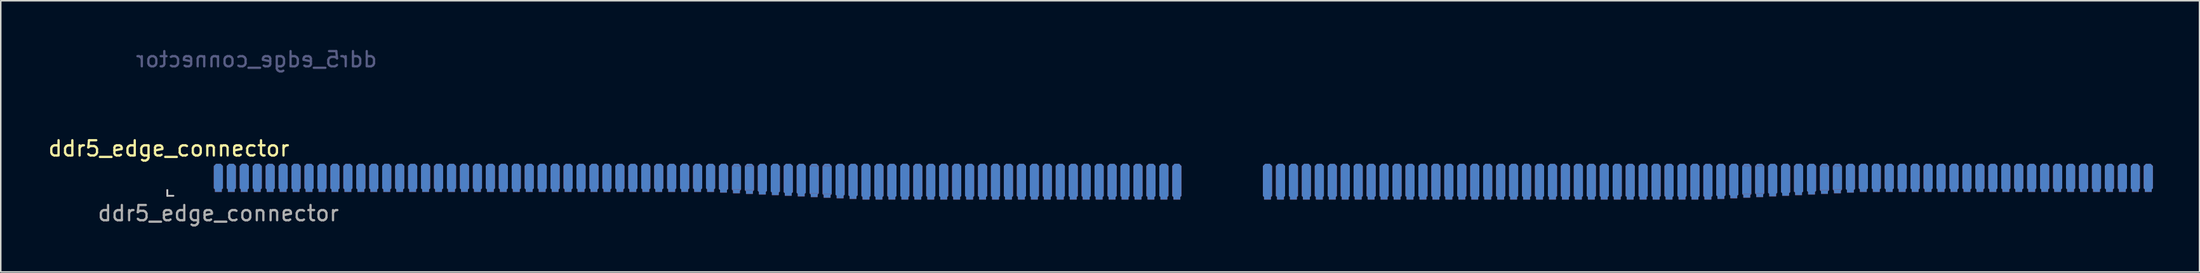
<source format=kicad_pcb>
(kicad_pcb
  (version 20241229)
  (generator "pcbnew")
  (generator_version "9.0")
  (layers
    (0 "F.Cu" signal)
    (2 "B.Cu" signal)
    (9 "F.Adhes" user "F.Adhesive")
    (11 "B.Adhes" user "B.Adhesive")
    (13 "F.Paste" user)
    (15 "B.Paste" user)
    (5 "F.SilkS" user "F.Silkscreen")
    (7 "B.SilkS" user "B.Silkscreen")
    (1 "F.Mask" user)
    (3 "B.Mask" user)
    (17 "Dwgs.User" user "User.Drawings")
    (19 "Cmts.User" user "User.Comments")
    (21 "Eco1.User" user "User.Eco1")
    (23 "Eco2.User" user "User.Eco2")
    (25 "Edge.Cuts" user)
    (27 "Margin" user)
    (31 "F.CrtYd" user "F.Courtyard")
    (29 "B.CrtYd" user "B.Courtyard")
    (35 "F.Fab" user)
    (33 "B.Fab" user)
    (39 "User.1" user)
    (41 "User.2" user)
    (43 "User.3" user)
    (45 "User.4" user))
  (footprint "ddr5_edge_connector"
    (layer "F.Cu")
    (at 11.28 8.578)
    (property "Reference" "ddr5_edge_connector" (at -3.25 -1.88 0) (unlocked yes) (layer "F.SilkS") (effects (font (size 1 1) (thickness 0.15))))
    (attr smd)
    (fp_poly (pts (xy 63.2 1.5) (xy 42.5 1.5) (xy 32.3 1) (xy -0.3 1) (xy -0.3 -0.9) (xy 63.2 -0.9)) (stroke (width 0.12) (type solid)) (fill yes) (layer "F.Mask"))
    (fp_poly (pts (xy 126.95 1) (xy 107.95 1) (xy 97.75 1.5) (xy 68.55 1.5) (xy 68.55 -0.9) (xy 126.95 -0.9)) (stroke (width 0.12) (type solid)) (fill yes) (layer "F.Mask"))
    (fp_poly (pts (xy 63.2 1.5) (xy 42.5 1.5) (xy 32.3 1) (xy -0.3 1) (xy -0.3 -0.9) (xy 63.2 -0.9)) (stroke (width 0.12) (type solid)) (fill yes) (layer "B.Mask"))
    (fp_poly (pts (xy 126.95 1) (xy 107.95 1) (xy 97.75 1.5) (xy 68.55 1.5) (xy 68.55 -0.9) (xy 126.95 -0.9)) (stroke (width 0.12) (type solid)) (fill yes) (layer "B.Mask"))
    (fp_line (start -3.35 0.85) (end -3.35 1.22) (stroke (width 0.12) (type solid)) (layer "Dwgs.User"))
    (fp_line (start -3.35 1.22) (end -3.35 0.85) (stroke (width 0.12) (type solid)) (layer "Dwgs.User"))
    (fp_line (start -3.35 1.22) (end -2.95 1.22) (stroke (width 0.12) (type solid)) (layer "Dwgs.User"))
    (fp_text user "${REFERENCE}" (at 2.5 -7.73 0) (unlocked yes) (layer "B.Fab") (effects (font (size 1 1) (thickness 0.15)) (justify mirror)))
    (fp_text user "${REFERENCE}" (at 0 2.37 0) (unlocked yes) (layer "F.Fab") (effects (font (size 1 1) (thickness 0.15))))
    (pad "1" smd custom (at 0 0) (size 0.6 1.46) (layers "F.Cu") (options (anchor rect)) (primitives (gr_poly (pts (xy -0.3 -0.73) (xy -0.15 -0.88) (xy 0.15 -0.88) (xy 0.3 -0.73)) (width 0) (fill yes)) (gr_poly (pts (xy 0.3 0.73) (xy 0.225 0.8) (xy -0.225 0.8) (xy -0.3 0.73)) (width 0) (fill yes)) (gr_poly (pts (xy 0.225 0.8) (xy 0.225 0.97) (xy -0.225 0.97) (xy -0.225 0.8)) (width 0) (fill yes))))
    (pad "2" smd custom (at 0.85 0) (size 0.6 1.46) (layers "F.Cu") (options (anchor rect)) (primitives (gr_poly (pts (xy -0.3 -0.73) (xy -0.15 -0.88) (xy 0.15 -0.88) (xy 0.3 -0.73)) (width 0) (fill yes)) (gr_poly (pts (xy 0.3 0.73) (xy 0.225 0.8) (xy -0.225 0.8) (xy -0.3 0.73)) (width 0) (fill yes)) (gr_poly (pts (xy 0.225 0.8) (xy 0.225 0.97) (xy -0.225 0.97) (xy -0.225 0.8)) (width 0) (fill yes))))
    (pad "3" smd custom (at 1.7 0) (size 0.6 1.46) (layers "F.Cu") (options (anchor rect)) (primitives (gr_poly (pts (xy -0.3 -0.73) (xy -0.15 -0.88) (xy 0.15 -0.88) (xy 0.3 -0.73)) (width 0) (fill yes)) (gr_poly (pts (xy 0.3 0.73) (xy 0.225 0.8) (xy -0.225 0.8) (xy -0.3 0.73)) (width 0) (fill yes)) (gr_poly (pts (xy 0.225 0.8) (xy 0.225 0.97) (xy -0.225 0.97) (xy -0.225 0.8)) (width 0) (fill yes))))
    (pad "4" smd custom (at 2.55 0) (size 0.6 1.46) (layers "F.Cu") (options (anchor rect)) (primitives (gr_poly (pts (xy -0.3 -0.73) (xy -0.15 -0.88) (xy 0.15 -0.88) (xy 0.3 -0.73)) (width 0) (fill yes)) (gr_poly (pts (xy 0.3 0.73) (xy 0.225 0.8) (xy -0.225 0.8) (xy -0.3 0.73)) (width 0) (fill yes)) (gr_poly (pts (xy 0.225 0.8) (xy 0.225 0.97) (xy -0.225 0.97) (xy -0.225 0.8)) (width 0) (fill yes))))
    (pad "5" smd custom (at 3.4 0) (size 0.6 1.46) (layers "F.Cu") (options (anchor rect)) (primitives (gr_poly (pts (xy -0.3 -0.73) (xy -0.15 -0.88) (xy 0.15 -0.88) (xy 0.3 -0.73)) (width 0) (fill yes)) (gr_poly (pts (xy 0.3 0.73) (xy 0.225 0.8) (xy -0.225 0.8) (xy -0.3 0.73)) (width 0) (fill yes)) (gr_poly (pts (xy 0.225 0.8) (xy 0.225 0.97) (xy -0.225 0.97) (xy -0.225 0.8)) (width 0) (fill yes))))
    (pad "6" smd custom (at 4.25 0) (size 0.6 1.46) (layers "F.Cu") (options (anchor rect)) (primitives (gr_poly (pts (xy -0.3 -0.73) (xy -0.15 -0.88) (xy 0.15 -0.88) (xy 0.3 -0.73)) (width 0) (fill yes)) (gr_poly (pts (xy 0.3 0.73) (xy 0.225 0.8) (xy -0.225 0.8) (xy -0.3 0.73)) (width 0) (fill yes)) (gr_poly (pts (xy 0.225 0.8) (xy 0.225 0.97) (xy -0.225 0.97) (xy -0.225 0.8)) (width 0) (fill yes))))
    (pad "7" smd custom (at 5.1 0) (size 0.6 1.46) (layers "F.Cu") (options (anchor rect)) (primitives (gr_poly (pts (xy -0.3 -0.73) (xy -0.15 -0.88) (xy 0.15 -0.88) (xy 0.3 -0.73)) (width 0) (fill yes)) (gr_poly (pts (xy 0.3 0.73) (xy 0.225 0.8) (xy -0.225 0.8) (xy -0.3 0.73)) (width 0) (fill yes)) (gr_poly (pts (xy 0.225 0.8) (xy 0.225 0.97) (xy -0.225 0.97) (xy -0.225 0.8)) (width 0) (fill yes))))
    (pad "8" smd custom (at 5.95 0) (size 0.6 1.46) (layers "F.Cu") (options (anchor rect)) (primitives (gr_poly (pts (xy -0.3 -0.73) (xy -0.15 -0.88) (xy 0.15 -0.88) (xy 0.3 -0.73)) (width 0) (fill yes)) (gr_poly (pts (xy 0.3 0.73) (xy 0.225 0.8) (xy -0.225 0.8) (xy -0.3 0.73)) (width 0) (fill yes)) (gr_poly (pts (xy 0.225 0.8) (xy 0.225 0.97) (xy -0.225 0.97) (xy -0.225 0.8)) (width 0) (fill yes))))
    (pad "9" smd custom (at 6.8 0) (size 0.6 1.46) (layers "F.Cu") (options (anchor rect)) (primitives (gr_poly (pts (xy -0.3 -0.73) (xy -0.15 -0.88) (xy 0.15 -0.88) (xy 0.3 -0.73)) (width 0) (fill yes)) (gr_poly (pts (xy 0.3 0.73) (xy 0.225 0.8) (xy -0.225 0.8) (xy -0.3 0.73)) (width 0) (fill yes)) (gr_poly (pts (xy 0.225 0.8) (xy 0.225 0.97) (xy -0.225 0.97) (xy -0.225 0.8)) (width 0) (fill yes))))
    (pad "10" smd custom (at 7.65 0) (size 0.6 1.46) (layers "F.Cu") (options (anchor rect)) (primitives (gr_poly (pts (xy -0.3 -0.73) (xy -0.15 -0.88) (xy 0.15 -0.88) (xy 0.3 -0.73)) (width 0) (fill yes)) (gr_poly (pts (xy 0.3 0.73) (xy 0.225 0.8) (xy -0.225 0.8) (xy -0.3 0.73)) (width 0) (fill yes)) (gr_poly (pts (xy 0.225 0.8) (xy 0.225 0.97) (xy -0.225 0.97) (xy -0.225 0.8)) (width 0) (fill yes))))
    (pad "11" smd custom (at 8.5 0) (size 0.6 1.46) (layers "F.Cu") (options (anchor rect)) (primitives (gr_poly (pts (xy -0.3 -0.73) (xy -0.15 -0.88) (xy 0.15 -0.88) (xy 0.3 -0.73)) (width 0) (fill yes)) (gr_poly (pts (xy 0.3 0.73) (xy 0.225 0.8) (xy -0.225 0.8) (xy -0.3 0.73)) (width 0) (fill yes)) (gr_poly (pts (xy 0.225 0.8) (xy 0.225 0.97) (xy -0.225 0.97) (xy -0.225 0.8)) (width 0) (fill yes))))
    (pad "12" smd custom (at 9.35 0) (size 0.6 1.46) (layers "F.Cu") (options (anchor rect)) (primitives (gr_poly (pts (xy -0.3 -0.73) (xy -0.15 -0.88) (xy 0.15 -0.88) (xy 0.3 -0.73)) (width 0) (fill yes)) (gr_poly (pts (xy 0.3 0.73) (xy 0.225 0.8) (xy -0.225 0.8) (xy -0.3 0.73)) (width 0) (fill yes)) (gr_poly (pts (xy 0.225 0.8) (xy 0.225 0.97) (xy -0.225 0.97) (xy -0.225 0.8)) (width 0) (fill yes))))
    (pad "13" smd custom (at 10.2 0) (size 0.6 1.46) (layers "F.Cu") (options (anchor rect)) (primitives (gr_poly (pts (xy -0.3 -0.73) (xy -0.15 -0.88) (xy 0.15 -0.88) (xy 0.3 -0.73)) (width 0) (fill yes)) (gr_poly (pts (xy 0.3 0.73) (xy 0.225 0.8) (xy -0.225 0.8) (xy -0.3 0.73)) (width 0) (fill yes)) (gr_poly (pts (xy 0.225 0.8) (xy 0.225 0.97) (xy -0.225 0.97) (xy -0.225 0.8)) (width 0) (fill yes))))
    (pad "14" smd custom (at 11.05 0) (size 0.6 1.46) (layers "F.Cu") (options (anchor rect)) (primitives (gr_poly (pts (xy -0.3 -0.73) (xy -0.15 -0.88) (xy 0.15 -0.88) (xy 0.3 -0.73)) (width 0) (fill yes)) (gr_poly (pts (xy 0.3 0.73) (xy 0.225 0.8) (xy -0.225 0.8) (xy -0.3 0.73)) (width 0) (fill yes)) (gr_poly (pts (xy 0.225 0.8) (xy 0.225 0.97) (xy -0.225 0.97) (xy -0.225 0.8)) (width 0) (fill yes))))
    (pad "15" smd custom (at 11.9 0) (size 0.6 1.46) (layers "F.Cu") (options (anchor rect)) (primitives (gr_poly (pts (xy -0.3 -0.73) (xy -0.15 -0.88) (xy 0.15 -0.88) (xy 0.3 -0.73)) (width 0) (fill yes)) (gr_poly (pts (xy 0.3 0.73) (xy 0.225 0.8) (xy -0.225 0.8) (xy -0.3 0.73)) (width 0) (fill yes)) (gr_poly (pts (xy 0.225 0.8) (xy 0.225 0.97) (xy -0.225 0.97) (xy -0.225 0.8)) (width 0) (fill yes))))
    (pad "16" smd custom (at 12.75 0) (size 0.6 1.46) (layers "F.Cu") (options (anchor rect)) (primitives (gr_poly (pts (xy -0.3 -0.73) (xy -0.15 -0.88) (xy 0.15 -0.88) (xy 0.3 -0.73)) (width 0) (fill yes)) (gr_poly (pts (xy 0.3 0.73) (xy 0.225 0.8) (xy -0.225 0.8) (xy -0.3 0.73)) (width 0) (fill yes)) (gr_poly (pts (xy 0.225 0.8) (xy 0.225 0.97) (xy -0.225 0.97) (xy -0.225 0.8)) (width 0) (fill yes))))
    (pad "17" smd custom (at 13.6 0) (size 0.6 1.46) (layers "F.Cu") (options (anchor rect)) (primitives (gr_poly (pts (xy -0.3 -0.73) (xy -0.15 -0.88) (xy 0.15 -0.88) (xy 0.3 -0.73)) (width 0) (fill yes)) (gr_poly (pts (xy 0.3 0.73) (xy 0.225 0.8) (xy -0.225 0.8) (xy -0.3 0.73)) (width 0) (fill yes)) (gr_poly (pts (xy 0.225 0.8) (xy 0.225 0.97) (xy -0.225 0.97) (xy -0.225 0.8)) (width 0) (fill yes))))
    (pad "18" smd custom (at 14.45 0) (size 0.6 1.46) (layers "F.Cu") (options (anchor rect)) (primitives (gr_poly (pts (xy -0.3 -0.73) (xy -0.15 -0.88) (xy 0.15 -0.88) (xy 0.3 -0.73)) (width 0) (fill yes)) (gr_poly (pts (xy 0.3 0.73) (xy 0.225 0.8) (xy -0.225 0.8) (xy -0.3 0.73)) (width 0) (fill yes)) (gr_poly (pts (xy 0.225 0.8) (xy 0.225 0.97) (xy -0.225 0.97) (xy -0.225 0.8)) (width 0) (fill yes))))
    (pad "19" smd custom (at 15.3 0) (size 0.6 1.46) (layers "F.Cu") (options (anchor rect)) (primitives (gr_poly (pts (xy -0.3 -0.73) (xy -0.15 -0.88) (xy 0.15 -0.88) (xy 0.3 -0.73)) (width 0) (fill yes)) (gr_poly (pts (xy 0.3 0.73) (xy 0.225 0.8) (xy -0.225 0.8) (xy -0.3 0.73)) (width 0) (fill yes)) (gr_poly (pts (xy 0.225 0.8) (xy 0.225 0.97) (xy -0.225 0.97) (xy -0.225 0.8)) (width 0) (fill yes))))
    (pad "20" smd custom (at 16.15 0) (size 0.6 1.46) (layers "F.Cu") (options (anchor rect)) (primitives (gr_poly (pts (xy -0.3 -0.73) (xy -0.15 -0.88) (xy 0.15 -0.88) (xy 0.3 -0.73)) (width 0) (fill yes)) (gr_poly (pts (xy 0.3 0.73) (xy 0.225 0.8) (xy -0.225 0.8) (xy -0.3 0.73)) (width 0) (fill yes)) (gr_poly (pts (xy 0.225 0.8) (xy 0.225 0.97) (xy -0.225 0.97) (xy -0.225 0.8)) (width 0) (fill yes))))
    (pad "21" smd custom (at 17 0) (size 0.6 1.46) (layers "F.Cu") (options (anchor rect)) (primitives (gr_poly (pts (xy -0.3 -0.73) (xy -0.15 -0.88) (xy 0.15 -0.88) (xy 0.3 -0.73)) (width 0) (fill yes)) (gr_poly (pts (xy 0.3 0.73) (xy 0.225 0.8) (xy -0.225 0.8) (xy -0.3 0.73)) (width 0) (fill yes)) (gr_poly (pts (xy 0.225 0.8) (xy 0.225 0.97) (xy -0.225 0.97) (xy -0.225 0.8)) (width 0) (fill yes))))
    (pad "22" smd custom (at 17.85 0) (size 0.6 1.46) (layers "F.Cu") (options (anchor rect)) (primitives (gr_poly (pts (xy -0.3 -0.73) (xy -0.15 -0.88) (xy 0.15 -0.88) (xy 0.3 -0.73)) (width 0) (fill yes)) (gr_poly (pts (xy 0.3 0.73) (xy 0.225 0.8) (xy -0.225 0.8) (xy -0.3 0.73)) (width 0) (fill yes)) (gr_poly (pts (xy 0.225 0.8) (xy 0.225 0.97) (xy -0.225 0.97) (xy -0.225 0.8)) (width 0) (fill yes))))
    (pad "23" smd custom (at 18.7 0) (size 0.6 1.46) (layers "F.Cu") (options (anchor rect)) (primitives (gr_poly (pts (xy -0.3 -0.73) (xy -0.15 -0.88) (xy 0.15 -0.88) (xy 0.3 -0.73)) (width 0) (fill yes)) (gr_poly (pts (xy 0.3 0.73) (xy 0.225 0.8) (xy -0.225 0.8) (xy -0.3 0.73)) (width 0) (fill yes)) (gr_poly (pts (xy 0.225 0.8) (xy 0.225 0.97) (xy -0.225 0.97) (xy -0.225 0.8)) (width 0) (fill yes))))
    (pad "24" smd custom (at 19.55 0) (size 0.6 1.46) (layers "F.Cu") (options (anchor rect)) (primitives (gr_poly (pts (xy -0.3 -0.73) (xy -0.15 -0.88) (xy 0.15 -0.88) (xy 0.3 -0.73)) (width 0) (fill yes)) (gr_poly (pts (xy 0.3 0.73) (xy 0.225 0.8) (xy -0.225 0.8) (xy -0.3 0.73)) (width 0) (fill yes)) (gr_poly (pts (xy 0.225 0.8) (xy 0.225 0.97) (xy -0.225 0.97) (xy -0.225 0.8)) (width 0) (fill yes))))
    (pad "25" smd custom (at 20.4 0) (size 0.6 1.46) (layers "F.Cu") (options (anchor rect)) (primitives (gr_poly (pts (xy -0.3 -0.73) (xy -0.15 -0.88) (xy 0.15 -0.88) (xy 0.3 -0.73)) (width 0) (fill yes)) (gr_poly (pts (xy 0.3 0.73) (xy 0.225 0.8) (xy -0.225 0.8) (xy -0.3 0.73)) (width 0) (fill yes)) (gr_poly (pts (xy 0.225 0.8) (xy 0.225 0.97) (xy -0.225 0.97) (xy -0.225 0.8)) (width 0) (fill yes))))
    (pad "26" smd custom (at 21.25 0) (size 0.6 1.46) (layers "F.Cu") (options (anchor rect)) (primitives (gr_poly (pts (xy -0.3 -0.73) (xy -0.15 -0.88) (xy 0.15 -0.88) (xy 0.3 -0.73)) (width 0) (fill yes)) (gr_poly (pts (xy 0.3 0.73) (xy 0.225 0.8) (xy -0.225 0.8) (xy -0.3 0.73)) (width 0) (fill yes)) (gr_poly (pts (xy 0.225 0.8) (xy 0.225 0.97) (xy -0.225 0.97) (xy -0.225 0.8)) (width 0) (fill yes))))
    (pad "27" smd custom (at 22.1 0) (size 0.6 1.46) (layers "F.Cu") (options (anchor rect)) (primitives (gr_poly (pts (xy -0.3 -0.73) (xy -0.15 -0.88) (xy 0.15 -0.88) (xy 0.3 -0.73)) (width 0) (fill yes)) (gr_poly (pts (xy 0.3 0.73) (xy 0.225 0.8) (xy -0.225 0.8) (xy -0.3 0.73)) (width 0) (fill yes)) (gr_poly (pts (xy 0.225 0.8) (xy 0.225 0.97) (xy -0.225 0.97) (xy -0.225 0.8)) (width 0) (fill yes))))
    (pad "28" smd custom (at 22.95 0) (size 0.6 1.46) (layers "F.Cu") (options (anchor rect)) (primitives (gr_poly (pts (xy -0.3 -0.73) (xy -0.15 -0.88) (xy 0.15 -0.88) (xy 0.3 -0.73)) (width 0) (fill yes)) (gr_poly (pts (xy 0.3 0.73) (xy 0.225 0.8) (xy -0.225 0.8) (xy -0.3 0.73)) (width 0) (fill yes)) (gr_poly (pts (xy 0.225 0.8) (xy 0.225 0.97) (xy -0.225 0.97) (xy -0.225 0.8)) (width 0) (fill yes))))
    (pad "29" smd custom (at 23.8 0) (size 0.6 1.46) (layers "F.Cu") (options (anchor rect)) (primitives (gr_poly (pts (xy -0.3 -0.73) (xy -0.15 -0.88) (xy 0.15 -0.88) (xy 0.3 -0.73)) (width 0) (fill yes)) (gr_poly (pts (xy 0.3 0.73) (xy 0.225 0.8) (xy -0.225 0.8) (xy -0.3 0.73)) (width 0) (fill yes)) (gr_poly (pts (xy 0.225 0.8) (xy 0.225 0.97) (xy -0.225 0.97) (xy -0.225 0.8)) (width 0) (fill yes))))
    (pad "30" smd custom (at 24.65 0) (size 0.6 1.46) (layers "F.Cu") (options (anchor rect)) (primitives (gr_poly (pts (xy -0.3 -0.73) (xy -0.15 -0.88) (xy 0.15 -0.88) (xy 0.3 -0.73)) (width 0) (fill yes)) (gr_poly (pts (xy 0.3 0.73) (xy 0.225 0.8) (xy -0.225 0.8) (xy -0.3 0.73)) (width 0) (fill yes)) (gr_poly (pts (xy 0.225 0.8) (xy 0.225 0.97) (xy -0.225 0.97) (xy -0.225 0.8)) (width 0) (fill yes))))
    (pad "31" smd custom (at 25.5 0) (size 0.6 1.46) (layers "F.Cu") (options (anchor rect)) (primitives (gr_poly (pts (xy -0.3 -0.73) (xy -0.15 -0.88) (xy 0.15 -0.88) (xy 0.3 -0.73)) (width 0) (fill yes)) (gr_poly (pts (xy 0.3 0.73) (xy 0.225 0.8) (xy -0.225 0.8) (xy -0.3 0.73)) (width 0) (fill yes)) (gr_poly (pts (xy 0.225 0.8) (xy 0.225 0.97) (xy -0.225 0.97) (xy -0.225 0.8)) (width 0) (fill yes))))
    (pad "32" smd custom (at 26.35 0) (size 0.6 1.46) (layers "F.Cu") (options (anchor rect)) (primitives (gr_poly (pts (xy -0.3 -0.73) (xy -0.15 -0.88) (xy 0.15 -0.88) (xy 0.3 -0.73)) (width 0) (fill yes)) (gr_poly (pts (xy 0.3 0.73) (xy 0.225 0.8) (xy -0.225 0.8) (xy -0.3 0.73)) (width 0) (fill yes)) (gr_poly (pts (xy 0.225 0.8) (xy 0.225 0.97) (xy -0.225 0.97) (xy -0.225 0.8)) (width 0) (fill yes))))
    (pad "33" smd custom (at 27.2 0) (size 0.6 1.46) (layers "F.Cu") (options (anchor rect)) (primitives (gr_poly (pts (xy -0.3 -0.73) (xy -0.15 -0.88) (xy 0.15 -0.88) (xy 0.3 -0.73)) (width 0) (fill yes)) (gr_poly (pts (xy 0.3 0.73) (xy 0.225 0.8) (xy -0.225 0.8) (xy -0.3 0.73)) (width 0) (fill yes)) (gr_poly (pts (xy 0.225 0.8) (xy 0.225 0.97) (xy -0.225 0.97) (xy -0.225 0.8)) (width 0) (fill yes))))
    (pad "34" smd custom (at 28.05 0) (size 0.6 1.46) (layers "F.Cu") (options (anchor rect)) (primitives (gr_poly (pts (xy -0.3 -0.73) (xy -0.15 -0.88) (xy 0.15 -0.88) (xy 0.3 -0.73)) (width 0) (fill yes)) (gr_poly (pts (xy 0.3 0.73) (xy 0.225 0.8) (xy -0.225 0.8) (xy -0.3 0.73)) (width 0) (fill yes)) (gr_poly (pts (xy 0.225 0.8) (xy 0.225 0.97) (xy -0.225 0.97) (xy -0.225 0.8)) (width 0) (fill yes))))
    (pad "35" smd custom (at 28.9 0) (size 0.6 1.46) (layers "F.Cu") (options (anchor rect)) (primitives (gr_poly (pts (xy -0.3 -0.73) (xy -0.15 -0.88) (xy 0.15 -0.88) (xy 0.3 -0.73)) (width 0) (fill yes)) (gr_poly (pts (xy 0.3 0.73) (xy 0.225 0.8) (xy -0.225 0.8) (xy -0.3 0.73)) (width 0) (fill yes)) (gr_poly (pts (xy 0.225 0.8) (xy 0.225 0.97) (xy -0.225 0.97) (xy -0.225 0.8)) (width 0) (fill yes))))
    (pad "36" smd custom (at 29.75 0) (size 0.6 1.46) (layers "F.Cu") (options (anchor rect)) (primitives (gr_poly (pts (xy -0.3 -0.73) (xy -0.15 -0.88) (xy 0.15 -0.88) (xy 0.3 -0.73)) (width 0) (fill yes)) (gr_poly (pts (xy 0.3 0.73) (xy 0.225 0.8) (xy -0.225 0.8) (xy -0.3 0.73)) (width 0) (fill yes)) (gr_poly (pts (xy 0.225 0.8) (xy 0.225 0.97) (xy -0.225 0.97) (xy -0.225 0.8)) (width 0) (fill yes))))
    (pad "37" smd custom (at 30.6 0) (size 0.6 1.46) (layers "F.Cu") (options (anchor rect)) (primitives (gr_poly (pts (xy -0.3 -0.73) (xy -0.15 -0.88) (xy 0.15 -0.88) (xy 0.3 -0.73)) (width 0) (fill yes)) (gr_poly (pts (xy 0.3 0.73) (xy 0.225 0.8) (xy -0.225 0.8) (xy -0.3 0.73)) (width 0) (fill yes)) (gr_poly (pts (xy 0.225 0.8) (xy 0.225 0.97) (xy -0.225 0.97) (xy -0.225 0.8)) (width 0) (fill yes))))
    (pad "38" smd custom (at 31.45 0) (size 0.6 1.46) (layers "F.Cu") (options (anchor rect)) (primitives (gr_poly (pts (xy -0.3 -0.73) (xy -0.15 -0.88) (xy 0.15 -0.88) (xy 0.3 -0.73)) (width 0) (fill yes)) (gr_poly (pts (xy 0.3 0.73) (xy 0.225 0.8) (xy -0.225 0.8) (xy -0.3 0.73)) (width 0) (fill yes)) (gr_poly (pts (xy 0.225 0.8) (xy 0.225 0.97) (xy -0.225 0.97) (xy -0.225 0.8)) (width 0) (fill yes))))
    (pad "39" smd custom (at 32.3 0) (size 0.6 1.46) (layers "F.Cu") (options (anchor rect)) (primitives (gr_poly (pts (xy -0.3 -0.73) (xy -0.15 -0.88) (xy 0.15 -0.88) (xy 0.3 -0.73)) (width 0) (fill yes)) (gr_poly (pts (xy 0.3 0.73) (xy 0.225 0.8) (xy -0.225 0.8) (xy -0.3 0.73)) (width 0) (fill yes)) (gr_poly (pts (xy 0.225 0.8) (xy 0.225 0.97) (xy -0.225 0.97) (xy -0.225 0.8)) (width 0) (fill yes))))
    (pad "40" smd custom (at 33.15 0.021) (size 0.6 1.502) (layers "F.Cu") (options (anchor rect)) (primitives (gr_poly (pts (xy -0.3 -0.751) (xy -0.15 -0.901) (xy 0.15 -0.901) (xy 0.3 -0.751)) (width 0) (fill yes)) (gr_poly (pts (xy 0.3 0.751) (xy 0.225 0.821) (xy -0.225 0.821) (xy -0.3 0.751)) (width 0) (fill yes)) (gr_poly (pts (xy 0.225 0.821) (xy 0.225 0.991) (xy -0.225 0.991) (xy -0.225 0.821)) (width 0) (fill yes))))
    (pad "41" smd custom (at 34 0.042) (size 0.6 1.543) (layers "F.Cu") (options (anchor rect)) (primitives (gr_poly (pts (xy -0.3 -0.772) (xy -0.15 -0.922) (xy 0.15 -0.922) (xy 0.3 -0.772)) (width 0) (fill yes)) (gr_poly (pts (xy 0.3 0.772) (xy 0.225 0.842) (xy -0.225 0.842) (xy -0.3 0.772)) (width 0) (fill yes)) (gr_poly (pts (xy 0.225 0.842) (xy 0.225 1.012) (xy -0.225 1.012) (xy -0.225 0.842)) (width 0) (fill yes))))
    (pad "42" smd custom (at 34.85 0.063) (size 0.6 1.585) (layers "F.Cu") (options (anchor rect)) (primitives (gr_poly (pts (xy -0.3 -0.793) (xy -0.15 -0.943) (xy 0.15 -0.943) (xy 0.3 -0.793)) (width 0) (fill yes)) (gr_poly (pts (xy 0.3 0.793) (xy 0.225 0.863) (xy -0.225 0.863) (xy -0.3 0.793)) (width 0) (fill yes)) (gr_poly (pts (xy 0.225 0.863) (xy 0.225 1.033) (xy -0.225 1.033) (xy -0.225 0.863)) (width 0) (fill yes))))
    (pad "43" smd custom (at 35.7 0.083) (size 0.6 1.627) (layers "F.Cu") (options (anchor rect)) (primitives (gr_poly (pts (xy -0.3 -0.813) (xy -0.15 -0.963) (xy 0.15 -0.963) (xy 0.3 -0.813)) (width 0) (fill yes)) (gr_poly (pts (xy 0.3 0.813) (xy 0.225 0.883) (xy -0.225 0.883) (xy -0.3 0.813)) (width 0) (fill yes)) (gr_poly (pts (xy 0.225 0.883) (xy 0.225 1.053) (xy -0.225 1.053) (xy -0.225 0.883)) (width 0) (fill yes))))
    (pad "44" smd custom (at 36.55 0.104) (size 0.6 1.668) (layers "F.Cu") (options (anchor rect)) (primitives (gr_poly (pts (xy -0.3 -0.834) (xy -0.15 -0.984) (xy 0.15 -0.984) (xy 0.3 -0.834)) (width 0) (fill yes)) (gr_poly (pts (xy 0.3 0.834) (xy 0.225 0.904) (xy -0.225 0.904) (xy -0.3 0.834)) (width 0) (fill yes)) (gr_poly (pts (xy 0.225 0.904) (xy 0.225 1.074) (xy -0.225 1.074) (xy -0.225 0.904)) (width 0) (fill yes))))
    (pad "45" smd custom (at 37.4 0.125) (size 0.6 1.71) (layers "F.Cu") (options (anchor rect)) (primitives (gr_poly (pts (xy -0.3 -0.855) (xy -0.15 -1.005) (xy 0.15 -1.005) (xy 0.3 -0.855)) (width 0) (fill yes)) (gr_poly (pts (xy 0.3 0.855) (xy 0.225 0.925) (xy -0.225 0.925) (xy -0.3 0.855)) (width 0) (fill yes)) (gr_poly (pts (xy 0.225 0.925) (xy 0.225 1.095) (xy -0.225 1.095) (xy -0.225 0.925)) (width 0) (fill yes))))
    (pad "46" smd custom (at 38.25 0.146) (size 0.6 1.752) (layers "F.Cu") (options (anchor rect)) (primitives (gr_poly (pts (xy -0.3 -0.876) (xy -0.15 -1.026) (xy 0.15 -1.026) (xy 0.3 -0.876)) (width 0) (fill yes)) (gr_poly (pts (xy 0.3 0.876) (xy 0.225 0.946) (xy -0.225 0.946) (xy -0.3 0.876)) (width 0) (fill yes)) (gr_poly (pts (xy 0.225 0.946) (xy 0.225 1.116) (xy -0.225 1.116) (xy -0.225 0.946)) (width 0) (fill yes))))
    (pad "47" smd custom (at 39.1 0.167) (size 0.6 1.793) (layers "F.Cu") (options (anchor rect)) (primitives (gr_poly (pts (xy -0.3 -0.897) (xy -0.15 -1.047) (xy 0.15 -1.047) (xy 0.3 -0.897)) (width 0) (fill yes)) (gr_poly (pts (xy 0.3 0.897) (xy 0.225 0.967) (xy -0.225 0.967) (xy -0.3 0.897)) (width 0) (fill yes)) (gr_poly (pts (xy 0.225 0.967) (xy 0.225 1.137) (xy -0.225 1.137) (xy -0.225 0.967)) (width 0) (fill yes))))
    (pad "48" smd custom (at 39.95 0.188) (size 0.6 1.835) (layers "F.Cu") (options (anchor rect)) (primitives (gr_poly (pts (xy -0.3 -0.918) (xy -0.15 -1.068) (xy 0.15 -1.068) (xy 0.3 -0.918)) (width 0) (fill yes)) (gr_poly (pts (xy 0.3 0.918) (xy 0.225 0.988) (xy -0.225 0.988) (xy -0.3 0.918)) (width 0) (fill yes)) (gr_poly (pts (xy 0.225 0.988) (xy 0.225 1.158) (xy -0.225 1.158) (xy -0.225 0.988)) (width 0) (fill yes))))
    (pad "49" smd custom (at 40.8 0.208) (size 0.6 1.877) (layers "F.Cu") (options (anchor rect)) (primitives (gr_poly (pts (xy -0.3 -0.938) (xy -0.15 -1.088) (xy 0.15 -1.088) (xy 0.3 -0.938)) (width 0) (fill yes)) (gr_poly (pts (xy 0.3 0.938) (xy 0.225 1.008) (xy -0.225 1.008) (xy -0.3 0.938)) (width 0) (fill yes)) (gr_poly (pts (xy 0.225 1.008) (xy 0.225 1.178) (xy -0.225 1.178) (xy -0.225 1.008)) (width 0) (fill yes))))
    (pad "50" smd custom (at 41.65 0.229) (size 0.6 1.918) (layers "F.Cu") (options (anchor rect)) (primitives (gr_poly (pts (xy -0.3 -0.959) (xy -0.15 -1.109) (xy 0.15 -1.109) (xy 0.3 -0.959)) (width 0) (fill yes)) (gr_poly (pts (xy 0.3 0.959) (xy 0.225 1.029) (xy -0.225 1.029) (xy -0.3 0.959)) (width 0) (fill yes)) (gr_poly (pts (xy 0.225 1.029) (xy 0.225 1.199) (xy -0.225 1.199) (xy -0.225 1.029)) (width 0) (fill yes))))
    (pad "51" smd custom (at 42.5 0.25) (size 0.6 1.96) (layers "F.Cu") (options (anchor rect)) (primitives (gr_poly (pts (xy -0.3 -0.98) (xy -0.15 -1.13) (xy 0.15 -1.13) (xy 0.3 -0.98)) (width 0) (fill yes)) (gr_poly (pts (xy 0.3 0.98) (xy 0.225 1.05) (xy -0.225 1.05) (xy -0.3 0.98)) (width 0) (fill yes)) (gr_poly (pts (xy 0.225 1.05) (xy 0.225 1.22) (xy -0.225 1.22) (xy -0.225 1.05)) (width 0) (fill yes))))
    (pad "52" smd custom (at 43.35 0.25) (size 0.6 1.96) (layers "F.Cu") (options (anchor rect)) (primitives (gr_poly (pts (xy -0.3 -0.98) (xy -0.15 -1.13) (xy 0.15 -1.13) (xy 0.3 -0.98)) (width 0) (fill yes)) (gr_poly (pts (xy 0.3 0.98) (xy 0.225 1.05) (xy -0.225 1.05) (xy -0.3 0.98)) (width 0) (fill yes)) (gr_poly (pts (xy 0.225 1.05) (xy 0.225 1.22) (xy -0.225 1.22) (xy -0.225 1.05)) (width 0) (fill yes))))
    (pad "53" smd custom (at 44.2 0.25) (size 0.6 1.96) (layers "F.Cu") (options (anchor rect)) (primitives (gr_poly (pts (xy -0.3 -0.98) (xy -0.15 -1.13) (xy 0.15 -1.13) (xy 0.3 -0.98)) (width 0) (fill yes)) (gr_poly (pts (xy 0.3 0.98) (xy 0.225 1.05) (xy -0.225 1.05) (xy -0.3 0.98)) (width 0) (fill yes)) (gr_poly (pts (xy 0.225 1.05) (xy 0.225 1.22) (xy -0.225 1.22) (xy -0.225 1.05)) (width 0) (fill yes))))
    (pad "54" smd custom (at 45.05 0.25) (size 0.6 1.96) (layers "F.Cu") (options (anchor rect)) (primitives (gr_poly (pts (xy -0.3 -0.98) (xy -0.15 -1.13) (xy 0.15 -1.13) (xy 0.3 -0.98)) (width 0) (fill yes)) (gr_poly (pts (xy 0.3 0.98) (xy 0.225 1.05) (xy -0.225 1.05) (xy -0.3 0.98)) (width 0) (fill yes)) (gr_poly (pts (xy 0.225 1.05) (xy 0.225 1.22) (xy -0.225 1.22) (xy -0.225 1.05)) (width 0) (fill yes))))
    (pad "55" smd custom (at 45.9 0.25) (size 0.6 1.96) (layers "F.Cu") (options (anchor rect)) (primitives (gr_poly (pts (xy -0.3 -0.98) (xy -0.15 -1.13) (xy 0.15 -1.13) (xy 0.3 -0.98)) (width 0) (fill yes)) (gr_poly (pts (xy 0.3 0.98) (xy 0.225 1.05) (xy -0.225 1.05) (xy -0.3 0.98)) (width 0) (fill yes)) (gr_poly (pts (xy 0.225 1.05) (xy 0.225 1.22) (xy -0.225 1.22) (xy -0.225 1.05)) (width 0) (fill yes))))
    (pad "56" smd custom (at 46.75 0.25) (size 0.6 1.96) (layers "F.Cu") (options (anchor rect)) (primitives (gr_poly (pts (xy -0.3 -0.98) (xy -0.15 -1.13) (xy 0.15 -1.13) (xy 0.3 -0.98)) (width 0) (fill yes)) (gr_poly (pts (xy 0.3 0.98) (xy 0.225 1.05) (xy -0.225 1.05) (xy -0.3 0.98)) (width 0) (fill yes)) (gr_poly (pts (xy 0.225 1.05) (xy 0.225 1.22) (xy -0.225 1.22) (xy -0.225 1.05)) (width 0) (fill yes))))
    (pad "57" smd custom (at 47.6 0.25) (size 0.6 1.96) (layers "F.Cu") (options (anchor rect)) (primitives (gr_poly (pts (xy -0.3 -0.98) (xy -0.15 -1.13) (xy 0.15 -1.13) (xy 0.3 -0.98)) (width 0) (fill yes)) (gr_poly (pts (xy 0.3 0.98) (xy 0.225 1.05) (xy -0.225 1.05) (xy -0.3 0.98)) (width 0) (fill yes)) (gr_poly (pts (xy 0.225 1.05) (xy 0.225 1.22) (xy -0.225 1.22) (xy -0.225 1.05)) (width 0) (fill yes))))
    (pad "58" smd custom (at 48.45 0.25) (size 0.6 1.96) (layers "F.Cu") (options (anchor rect)) (primitives (gr_poly (pts (xy -0.3 -0.98) (xy -0.15 -1.13) (xy 0.15 -1.13) (xy 0.3 -0.98)) (width 0) (fill yes)) (gr_poly (pts (xy 0.3 0.98) (xy 0.225 1.05) (xy -0.225 1.05) (xy -0.3 0.98)) (width 0) (fill yes)) (gr_poly (pts (xy 0.225 1.05) (xy 0.225 1.22) (xy -0.225 1.22) (xy -0.225 1.05)) (width 0) (fill yes))))
    (pad "59" smd custom (at 49.3 0.25) (size 0.6 1.96) (layers "F.Cu") (options (anchor rect)) (primitives (gr_poly (pts (xy -0.3 -0.98) (xy -0.15 -1.13) (xy 0.15 -1.13) (xy 0.3 -0.98)) (width 0) (fill yes)) (gr_poly (pts (xy 0.3 0.98) (xy 0.225 1.05) (xy -0.225 1.05) (xy -0.3 0.98)) (width 0) (fill yes)) (gr_poly (pts (xy 0.225 1.05) (xy 0.225 1.22) (xy -0.225 1.22) (xy -0.225 1.05)) (width 0) (fill yes))))
    (pad "60" smd custom (at 50.15 0.25) (size 0.6 1.96) (layers "F.Cu") (options (anchor rect)) (primitives (gr_poly (pts (xy -0.3 -0.98) (xy -0.15 -1.13) (xy 0.15 -1.13) (xy 0.3 -0.98)) (width 0) (fill yes)) (gr_poly (pts (xy 0.3 0.98) (xy 0.225 1.05) (xy -0.225 1.05) (xy -0.3 0.98)) (width 0) (fill yes)) (gr_poly (pts (xy 0.225 1.05) (xy 0.225 1.22) (xy -0.225 1.22) (xy -0.225 1.05)) (width 0) (fill yes))))
    (pad "61" smd custom (at 51 0.25) (size 0.6 1.96) (layers "F.Cu") (options (anchor rect)) (primitives (gr_poly (pts (xy -0.3 -0.98) (xy -0.15 -1.13) (xy 0.15 -1.13) (xy 0.3 -0.98)) (width 0) (fill yes)) (gr_poly (pts (xy 0.3 0.98) (xy 0.225 1.05) (xy -0.225 1.05) (xy -0.3 0.98)) (width 0) (fill yes)) (gr_poly (pts (xy 0.225 1.05) (xy 0.225 1.22) (xy -0.225 1.22) (xy -0.225 1.05)) (width 0) (fill yes))))
    (pad "62" smd custom (at 51.85 0.25) (size 0.6 1.96) (layers "F.Cu") (options (anchor rect)) (primitives (gr_poly (pts (xy -0.3 -0.98) (xy -0.15 -1.13) (xy 0.15 -1.13) (xy 0.3 -0.98)) (width 0) (fill yes)) (gr_poly (pts (xy 0.3 0.98) (xy 0.225 1.05) (xy -0.225 1.05) (xy -0.3 0.98)) (width 0) (fill yes)) (gr_poly (pts (xy 0.225 1.05) (xy 0.225 1.22) (xy -0.225 1.22) (xy -0.225 1.05)) (width 0) (fill yes))))
    (pad "63" smd custom (at 52.7 0.25) (size 0.6 1.96) (layers "F.Cu") (options (anchor rect)) (primitives (gr_poly (pts (xy -0.3 -0.98) (xy -0.15 -1.13) (xy 0.15 -1.13) (xy 0.3 -0.98)) (width 0) (fill yes)) (gr_poly (pts (xy 0.3 0.98) (xy 0.225 1.05) (xy -0.225 1.05) (xy -0.3 0.98)) (width 0) (fill yes)) (gr_poly (pts (xy 0.225 1.05) (xy 0.225 1.22) (xy -0.225 1.22) (xy -0.225 1.05)) (width 0) (fill yes))))
    (pad "64" smd custom (at 53.55 0.25) (size 0.6 1.96) (layers "F.Cu") (options (anchor rect)) (primitives (gr_poly (pts (xy -0.3 -0.98) (xy -0.15 -1.13) (xy 0.15 -1.13) (xy 0.3 -0.98)) (width 0) (fill yes)) (gr_poly (pts (xy 0.3 0.98) (xy 0.225 1.05) (xy -0.225 1.05) (xy -0.3 0.98)) (width 0) (fill yes)) (gr_poly (pts (xy 0.225 1.05) (xy 0.225 1.22) (xy -0.225 1.22) (xy -0.225 1.05)) (width 0) (fill yes))))
    (pad "65" smd custom (at 54.4 0.25) (size 0.6 1.96) (layers "F.Cu") (options (anchor rect)) (primitives (gr_poly (pts (xy -0.3 -0.98) (xy -0.15 -1.13) (xy 0.15 -1.13) (xy 0.3 -0.98)) (width 0) (fill yes)) (gr_poly (pts (xy 0.3 0.98) (xy 0.225 1.05) (xy -0.225 1.05) (xy -0.3 0.98)) (width 0) (fill yes)) (gr_poly (pts (xy 0.225 1.05) (xy 0.225 1.22) (xy -0.225 1.22) (xy -0.225 1.05)) (width 0) (fill yes))))
    (pad "66" smd custom (at 55.25 0.25) (size 0.6 1.96) (layers "F.Cu") (options (anchor rect)) (primitives (gr_poly (pts (xy -0.3 -0.98) (xy -0.15 -1.13) (xy 0.15 -1.13) (xy 0.3 -0.98)) (width 0) (fill yes)) (gr_poly (pts (xy 0.3 0.98) (xy 0.225 1.05) (xy -0.225 1.05) (xy -0.3 0.98)) (width 0) (fill yes)) (gr_poly (pts (xy 0.225 1.05) (xy 0.225 1.22) (xy -0.225 1.22) (xy -0.225 1.05)) (width 0) (fill yes))))
    (pad "67" smd custom (at 56.1 0.25) (size 0.6 1.96) (layers "F.Cu") (options (anchor rect)) (primitives (gr_poly (pts (xy -0.3 -0.98) (xy -0.15 -1.13) (xy 0.15 -1.13) (xy 0.3 -0.98)) (width 0) (fill yes)) (gr_poly (pts (xy 0.3 0.98) (xy 0.225 1.05) (xy -0.225 1.05) (xy -0.3 0.98)) (width 0) (fill yes)) (gr_poly (pts (xy 0.225 1.05) (xy 0.225 1.22) (xy -0.225 1.22) (xy -0.225 1.05)) (width 0) (fill yes))))
    (pad "68" smd custom (at 56.95 0.25) (size 0.6 1.96) (layers "F.Cu") (options (anchor rect)) (primitives (gr_poly (pts (xy -0.3 -0.98) (xy -0.15 -1.13) (xy 0.15 -1.13) (xy 0.3 -0.98)) (width 0) (fill yes)) (gr_poly (pts (xy 0.3 0.98) (xy 0.225 1.05) (xy -0.225 1.05) (xy -0.3 0.98)) (width 0) (fill yes)) (gr_poly (pts (xy 0.225 1.05) (xy 0.225 1.22) (xy -0.225 1.22) (xy -0.225 1.05)) (width 0) (fill yes))))
    (pad "69" smd custom (at 57.8 0.25) (size 0.6 1.96) (layers "F.Cu") (options (anchor rect)) (primitives (gr_poly (pts (xy -0.3 -0.98) (xy -0.15 -1.13) (xy 0.15 -1.13) (xy 0.3 -0.98)) (width 0) (fill yes)) (gr_poly (pts (xy 0.3 0.98) (xy 0.225 1.05) (xy -0.225 1.05) (xy -0.3 0.98)) (width 0) (fill yes)) (gr_poly (pts (xy 0.225 1.05) (xy 0.225 1.22) (xy -0.225 1.22) (xy -0.225 1.05)) (width 0) (fill yes))))
    (pad "70" smd custom (at 58.65 0.25) (size 0.6 1.96) (layers "F.Cu") (options (anchor rect)) (primitives (gr_poly (pts (xy -0.3 -0.98) (xy -0.15 -1.13) (xy 0.15 -1.13) (xy 0.3 -0.98)) (width 0) (fill yes)) (gr_poly (pts (xy 0.3 0.98) (xy 0.225 1.05) (xy -0.225 1.05) (xy -0.3 0.98)) (width 0) (fill yes)) (gr_poly (pts (xy 0.225 1.05) (xy 0.225 1.22) (xy -0.225 1.22) (xy -0.225 1.05)) (width 0) (fill yes))))
    (pad "71" smd custom (at 59.5 0.25) (size 0.6 1.96) (layers "F.Cu") (options (anchor rect)) (primitives (gr_poly (pts (xy -0.3 -0.98) (xy -0.15 -1.13) (xy 0.15 -1.13) (xy 0.3 -0.98)) (width 0) (fill yes)) (gr_poly (pts (xy 0.3 0.98) (xy 0.225 1.05) (xy -0.225 1.05) (xy -0.3 0.98)) (width 0) (fill yes)) (gr_poly (pts (xy 0.225 1.05) (xy 0.225 1.22) (xy -0.225 1.22) (xy -0.225 1.05)) (width 0) (fill yes))))
    (pad "72" smd custom (at 60.35 0.25) (size 0.6 1.96) (layers "F.Cu") (options (anchor rect)) (primitives (gr_poly (pts (xy -0.3 -0.98) (xy -0.15 -1.13) (xy 0.15 -1.13) (xy 0.3 -0.98)) (width 0) (fill yes)) (gr_poly (pts (xy 0.3 0.98) (xy 0.225 1.05) (xy -0.225 1.05) (xy -0.3 0.98)) (width 0) (fill yes)) (gr_poly (pts (xy 0.225 1.05) (xy 0.225 1.22) (xy -0.225 1.22) (xy -0.225 1.05)) (width 0) (fill yes))))
    (pad "73" smd custom (at 61.2 0.25) (size 0.6 1.96) (layers "F.Cu") (options (anchor rect)) (primitives (gr_poly (pts (xy -0.3 -0.98) (xy -0.15 -1.13) (xy 0.15 -1.13) (xy 0.3 -0.98)) (width 0) (fill yes)) (gr_poly (pts (xy 0.3 0.98) (xy 0.225 1.05) (xy -0.225 1.05) (xy -0.3 0.98)) (width 0) (fill yes)) (gr_poly (pts (xy 0.225 1.05) (xy 0.225 1.22) (xy -0.225 1.22) (xy -0.225 1.05)) (width 0) (fill yes))))
    (pad "74" smd custom (at 62.05 0.25) (size 0.6 1.96) (layers "F.Cu") (options (anchor rect)) (primitives (gr_poly (pts (xy -0.3 -0.98) (xy -0.15 -1.13) (xy 0.15 -1.13) (xy 0.3 -0.98)) (width 0) (fill yes)) (gr_poly (pts (xy 0.3 0.98) (xy 0.225 1.05) (xy -0.225 1.05) (xy -0.3 0.98)) (width 0) (fill yes)) (gr_poly (pts (xy 0.225 1.05) (xy 0.225 1.22) (xy -0.225 1.22) (xy -0.225 1.05)) (width 0) (fill yes))))
    (pad "75" smd custom (at 62.9 0.25) (size 0.6 1.96) (layers "F.Cu") (options (anchor rect)) (primitives (gr_poly (pts (xy -0.3 -0.98) (xy -0.15 -1.13) (xy 0.15 -1.13) (xy 0.3 -0.98)) (width 0) (fill yes)) (gr_poly (pts (xy 0.3 0.98) (xy 0.225 1.05) (xy -0.225 1.05) (xy -0.3 0.98)) (width 0) (fill yes)) (gr_poly (pts (xy 0.225 1.05) (xy 0.225 1.22) (xy -0.225 1.22) (xy -0.225 1.05)) (width 0) (fill yes))))
    (pad "76" smd custom (at 68.848 0.25) (size 0.6 1.96) (layers "F.Cu") (options (anchor rect)) (primitives (gr_poly (pts (xy -0.3 -0.98) (xy -0.15 -1.13) (xy 0.15 -1.13) (xy 0.3 -0.98)) (width 0) (fill yes)) (gr_poly (pts (xy 0.3 0.98) (xy 0.225 1.05) (xy -0.225 1.05) (xy -0.3 0.98)) (width 0) (fill yes)) (gr_poly (pts (xy 0.225 1.05) (xy 0.225 1.22) (xy -0.225 1.22) (xy -0.225 1.05)) (width 0) (fill yes))))
    (pad "77" smd custom (at 69.7 0.25) (size 0.6 1.96) (layers "F.Cu") (options (anchor rect)) (primitives (gr_poly (pts (xy -0.3 -0.98) (xy -0.15 -1.13) (xy 0.15 -1.13) (xy 0.3 -0.98)) (width 0) (fill yes)) (gr_poly (pts (xy 0.3 0.98) (xy 0.225 1.05) (xy -0.225 1.05) (xy -0.3 0.98)) (width 0) (fill yes)) (gr_poly (pts (xy 0.225 1.05) (xy 0.225 1.22) (xy -0.225 1.22) (xy -0.225 1.05)) (width 0) (fill yes))))
    (pad "78" smd custom (at 70.55 0.25) (size 0.6 1.96) (layers "F.Cu") (options (anchor rect)) (primitives (gr_poly (pts (xy -0.3 -0.98) (xy -0.15 -1.13) (xy 0.15 -1.13) (xy 0.3 -0.98)) (width 0) (fill yes)) (gr_poly (pts (xy 0.3 0.98) (xy 0.225 1.05) (xy -0.225 1.05) (xy -0.3 0.98)) (width 0) (fill yes)) (gr_poly (pts (xy 0.225 1.05) (xy 0.225 1.22) (xy -0.225 1.22) (xy -0.225 1.05)) (width 0) (fill yes))))
    (pad "79" smd custom (at 71.4 0.25) (size 0.6 1.96) (layers "F.Cu") (options (anchor rect)) (primitives (gr_poly (pts (xy -0.3 -0.98) (xy -0.15 -1.13) (xy 0.15 -1.13) (xy 0.3 -0.98)) (width 0) (fill yes)) (gr_poly (pts (xy 0.3 0.98) (xy 0.225 1.05) (xy -0.225 1.05) (xy -0.3 0.98)) (width 0) (fill yes)) (gr_poly (pts (xy 0.225 1.05) (xy 0.225 1.22) (xy -0.225 1.22) (xy -0.225 1.05)) (width 0) (fill yes))))
    (pad "80" smd custom (at 72.25 0.25) (size 0.6 1.96) (layers "F.Cu") (options (anchor rect)) (primitives (gr_poly (pts (xy -0.3 -0.98) (xy -0.15 -1.13) (xy 0.15 -1.13) (xy 0.3 -0.98)) (width 0) (fill yes)) (gr_poly (pts (xy 0.3 0.98) (xy 0.225 1.05) (xy -0.225 1.05) (xy -0.3 0.98)) (width 0) (fill yes)) (gr_poly (pts (xy 0.225 1.05) (xy 0.225 1.22) (xy -0.225 1.22) (xy -0.225 1.05)) (width 0) (fill yes))))
    (pad "81" smd custom (at 73.1 0.25) (size 0.6 1.96) (layers "F.Cu") (options (anchor rect)) (primitives (gr_poly (pts (xy -0.3 -0.98) (xy -0.15 -1.13) (xy 0.15 -1.13) (xy 0.3 -0.98)) (width 0) (fill yes)) (gr_poly (pts (xy 0.3 0.98) (xy 0.225 1.05) (xy -0.225 1.05) (xy -0.3 0.98)) (width 0) (fill yes)) (gr_poly (pts (xy 0.225 1.05) (xy 0.225 1.22) (xy -0.225 1.22) (xy -0.225 1.05)) (width 0) (fill yes))))
    (pad "82" smd custom (at 73.95 0.25) (size 0.6 1.96) (layers "F.Cu") (options (anchor rect)) (primitives (gr_poly (pts (xy -0.3 -0.98) (xy -0.15 -1.13) (xy 0.15 -1.13) (xy 0.3 -0.98)) (width 0) (fill yes)) (gr_poly (pts (xy 0.3 0.98) (xy 0.225 1.05) (xy -0.225 1.05) (xy -0.3 0.98)) (width 0) (fill yes)) (gr_poly (pts (xy 0.225 1.05) (xy 0.225 1.22) (xy -0.225 1.22) (xy -0.225 1.05)) (width 0) (fill yes))))
    (pad "83" smd custom (at 74.8 0.25) (size 0.6 1.96) (layers "F.Cu") (options (anchor rect)) (primitives (gr_poly (pts (xy -0.3 -0.98) (xy -0.15 -1.13) (xy 0.15 -1.13) (xy 0.3 -0.98)) (width 0) (fill yes)) (gr_poly (pts (xy 0.3 0.98) (xy 0.225 1.05) (xy -0.225 1.05) (xy -0.3 0.98)) (width 0) (fill yes)) (gr_poly (pts (xy 0.225 1.05) (xy 0.225 1.22) (xy -0.225 1.22) (xy -0.225 1.05)) (width 0) (fill yes))))
    (pad "84" smd custom (at 75.65 0.25) (size 0.6 1.96) (layers "F.Cu") (options (anchor rect)) (primitives (gr_poly (pts (xy -0.3 -0.98) (xy -0.15 -1.13) (xy 0.15 -1.13) (xy 0.3 -0.98)) (width 0) (fill yes)) (gr_poly (pts (xy 0.3 0.98) (xy 0.225 1.05) (xy -0.225 1.05) (xy -0.3 0.98)) (width 0) (fill yes)) (gr_poly (pts (xy 0.225 1.05) (xy 0.225 1.22) (xy -0.225 1.22) (xy -0.225 1.05)) (width 0) (fill yes))))
    (pad "85" smd custom (at 76.5 0.25) (size 0.6 1.96) (layers "F.Cu") (options (anchor rect)) (primitives (gr_poly (pts (xy -0.3 -0.98) (xy -0.15 -1.13) (xy 0.15 -1.13) (xy 0.3 -0.98)) (width 0) (fill yes)) (gr_poly (pts (xy 0.3 0.98) (xy 0.225 1.05) (xy -0.225 1.05) (xy -0.3 0.98)) (width 0) (fill yes)) (gr_poly (pts (xy 0.225 1.05) (xy 0.225 1.22) (xy -0.225 1.22) (xy -0.225 1.05)) (width 0) (fill yes))))
    (pad "86" smd custom (at 77.35 0.25) (size 0.6 1.96) (layers "F.Cu") (options (anchor rect)) (primitives (gr_poly (pts (xy -0.3 -0.98) (xy -0.15 -1.13) (xy 0.15 -1.13) (xy 0.3 -0.98)) (width 0) (fill yes)) (gr_poly (pts (xy 0.3 0.98) (xy 0.225 1.05) (xy -0.225 1.05) (xy -0.3 0.98)) (width 0) (fill yes)) (gr_poly (pts (xy 0.225 1.05) (xy 0.225 1.22) (xy -0.225 1.22) (xy -0.225 1.05)) (width 0) (fill yes))))
    (pad "87" smd custom (at 78.2 0.25) (size 0.6 1.96) (layers "F.Cu") (options (anchor rect)) (primitives (gr_poly (pts (xy -0.3 -0.98) (xy -0.15 -1.13) (xy 0.15 -1.13) (xy 0.3 -0.98)) (width 0) (fill yes)) (gr_poly (pts (xy 0.3 0.98) (xy 0.225 1.05) (xy -0.225 1.05) (xy -0.3 0.98)) (width 0) (fill yes)) (gr_poly (pts (xy 0.225 1.05) (xy 0.225 1.22) (xy -0.225 1.22) (xy -0.225 1.05)) (width 0) (fill yes))))
    (pad "88" smd custom (at 79.05 0.25) (size 0.6 1.96) (layers "F.Cu") (options (anchor rect)) (primitives (gr_poly (pts (xy -0.3 -0.98) (xy -0.15 -1.13) (xy 0.15 -1.13) (xy 0.3 -0.98)) (width 0) (fill yes)) (gr_poly (pts (xy 0.3 0.98) (xy 0.225 1.05) (xy -0.225 1.05) (xy -0.3 0.98)) (width 0) (fill yes)) (gr_poly (pts (xy 0.225 1.05) (xy 0.225 1.22) (xy -0.225 1.22) (xy -0.225 1.05)) (width 0) (fill yes))))
    (pad "89" smd custom (at 79.9 0.25) (size 0.6 1.96) (layers "F.Cu") (options (anchor rect)) (primitives (gr_poly (pts (xy -0.3 -0.98) (xy -0.15 -1.13) (xy 0.15 -1.13) (xy 0.3 -0.98)) (width 0) (fill yes)) (gr_poly (pts (xy 0.3 0.98) (xy 0.225 1.05) (xy -0.225 1.05) (xy -0.3 0.98)) (width 0) (fill yes)) (gr_poly (pts (xy 0.225 1.05) (xy 0.225 1.22) (xy -0.225 1.22) (xy -0.225 1.05)) (width 0) (fill yes))))
    (pad "90" smd custom (at 80.75 0.25) (size 0.6 1.96) (layers "F.Cu") (options (anchor rect)) (primitives (gr_poly (pts (xy -0.3 -0.98) (xy -0.15 -1.13) (xy 0.15 -1.13) (xy 0.3 -0.98)) (width 0) (fill yes)) (gr_poly (pts (xy 0.3 0.98) (xy 0.225 1.05) (xy -0.225 1.05) (xy -0.3 0.98)) (width 0) (fill yes)) (gr_poly (pts (xy 0.225 1.05) (xy 0.225 1.22) (xy -0.225 1.22) (xy -0.225 1.05)) (width 0) (fill yes))))
    (pad "91" smd custom (at 81.6 0.25) (size 0.6 1.96) (layers "F.Cu") (options (anchor rect)) (primitives (gr_poly (pts (xy -0.3 -0.98) (xy -0.15 -1.13) (xy 0.15 -1.13) (xy 0.3 -0.98)) (width 0) (fill yes)) (gr_poly (pts (xy 0.3 0.98) (xy 0.225 1.05) (xy -0.225 1.05) (xy -0.3 0.98)) (width 0) (fill yes)) (gr_poly (pts (xy 0.225 1.05) (xy 0.225 1.22) (xy -0.225 1.22) (xy -0.225 1.05)) (width 0) (fill yes))))
    (pad "92" smd custom (at 82.45 0.25) (size 0.6 1.96) (layers "F.Cu") (options (anchor rect)) (primitives (gr_poly (pts (xy -0.3 -0.98) (xy -0.15 -1.13) (xy 0.15 -1.13) (xy 0.3 -0.98)) (width 0) (fill yes)) (gr_poly (pts (xy 0.3 0.98) (xy 0.225 1.05) (xy -0.225 1.05) (xy -0.3 0.98)) (width 0) (fill yes)) (gr_poly (pts (xy 0.225 1.05) (xy 0.225 1.22) (xy -0.225 1.22) (xy -0.225 1.05)) (width 0) (fill yes))))
    (pad "93" smd custom (at 83.3 0.25) (size 0.6 1.96) (layers "F.Cu") (options (anchor rect)) (primitives (gr_poly (pts (xy -0.3 -0.98) (xy -0.15 -1.13) (xy 0.15 -1.13) (xy 0.3 -0.98)) (width 0) (fill yes)) (gr_poly (pts (xy 0.3 0.98) (xy 0.225 1.05) (xy -0.225 1.05) (xy -0.3 0.98)) (width 0) (fill yes)) (gr_poly (pts (xy 0.225 1.05) (xy 0.225 1.22) (xy -0.225 1.22) (xy -0.225 1.05)) (width 0) (fill yes))))
    (pad "94" smd custom (at 84.15 0.25) (size 0.6 1.96) (layers "F.Cu") (options (anchor rect)) (primitives (gr_poly (pts (xy -0.3 -0.98) (xy -0.15 -1.13) (xy 0.15 -1.13) (xy 0.3 -0.98)) (width 0) (fill yes)) (gr_poly (pts (xy 0.3 0.98) (xy 0.225 1.05) (xy -0.225 1.05) (xy -0.3 0.98)) (width 0) (fill yes)) (gr_poly (pts (xy 0.225 1.05) (xy 0.225 1.22) (xy -0.225 1.22) (xy -0.225 1.05)) (width 0) (fill yes))))
    (pad "95" smd custom (at 85 0.25) (size 0.6 1.96) (layers "F.Cu") (options (anchor rect)) (primitives (gr_poly (pts (xy -0.3 -0.98) (xy -0.15 -1.13) (xy 0.15 -1.13) (xy 0.3 -0.98)) (width 0) (fill yes)) (gr_poly (pts (xy 0.3 0.98) (xy 0.225 1.05) (xy -0.225 1.05) (xy -0.3 0.98)) (width 0) (fill yes)) (gr_poly (pts (xy 0.225 1.05) (xy 0.225 1.22) (xy -0.225 1.22) (xy -0.225 1.05)) (width 0) (fill yes))))
    (pad "96" smd custom (at 85.85 0.25) (size 0.6 1.96) (layers "F.Cu") (options (anchor rect)) (primitives (gr_poly (pts (xy -0.3 -0.98) (xy -0.15 -1.13) (xy 0.15 -1.13) (xy 0.3 -0.98)) (width 0) (fill yes)) (gr_poly (pts (xy 0.3 0.98) (xy 0.225 1.05) (xy -0.225 1.05) (xy -0.3 0.98)) (width 0) (fill yes)) (gr_poly (pts (xy 0.225 1.05) (xy 0.225 1.22) (xy -0.225 1.22) (xy -0.225 1.05)) (width 0) (fill yes))))
    (pad "97" smd custom (at 86.7 0.25) (size 0.6 1.96) (layers "F.Cu") (options (anchor rect)) (primitives (gr_poly (pts (xy -0.3 -0.98) (xy -0.15 -1.13) (xy 0.15 -1.13) (xy 0.3 -0.98)) (width 0) (fill yes)) (gr_poly (pts (xy 0.3 0.98) (xy 0.225 1.05) (xy -0.225 1.05) (xy -0.3 0.98)) (width 0) (fill yes)) (gr_poly (pts (xy 0.225 1.05) (xy 0.225 1.22) (xy -0.225 1.22) (xy -0.225 1.05)) (width 0) (fill yes))))
    (pad "98" smd custom (at 87.55 0.25) (size 0.6 1.96) (layers "F.Cu") (options (anchor rect)) (primitives (gr_poly (pts (xy -0.3 -0.98) (xy -0.15 -1.13) (xy 0.15 -1.13) (xy 0.3 -0.98)) (width 0) (fill yes)) (gr_poly (pts (xy 0.3 0.98) (xy 0.225 1.05) (xy -0.225 1.05) (xy -0.3 0.98)) (width 0) (fill yes)) (gr_poly (pts (xy 0.225 1.05) (xy 0.225 1.22) (xy -0.225 1.22) (xy -0.225 1.05)) (width 0) (fill yes))))
    (pad "99" smd custom (at 88.4 0.25) (size 0.6 1.96) (layers "F.Cu") (options (anchor rect)) (primitives (gr_poly (pts (xy -0.3 -0.98) (xy -0.15 -1.13) (xy 0.15 -1.13) (xy 0.3 -0.98)) (width 0) (fill yes)) (gr_poly (pts (xy 0.3 0.98) (xy 0.225 1.05) (xy -0.225 1.05) (xy -0.3 0.98)) (width 0) (fill yes)) (gr_poly (pts (xy 0.225 1.05) (xy 0.225 1.22) (xy -0.225 1.22) (xy -0.225 1.05)) (width 0) (fill yes))))
    (pad "100" smd custom (at 89.25 0.25) (size 0.6 1.96) (layers "F.Cu") (options (anchor rect)) (primitives (gr_poly (pts (xy -0.3 -0.98) (xy -0.15 -1.13) (xy 0.15 -1.13) (xy 0.3 -0.98)) (width 0) (fill yes)) (gr_poly (pts (xy 0.3 0.98) (xy 0.225 1.05) (xy -0.225 1.05) (xy -0.3 0.98)) (width 0) (fill yes)) (gr_poly (pts (xy 0.225 1.05) (xy 0.225 1.22) (xy -0.225 1.22) (xy -0.225 1.05)) (width 0) (fill yes))))
    (pad "101" smd custom (at 90.1 0.25) (size 0.6 1.96) (layers "F.Cu") (options (anchor rect)) (primitives (gr_poly (pts (xy -0.3 -0.98) (xy -0.15 -1.13) (xy 0.15 -1.13) (xy 0.3 -0.98)) (width 0) (fill yes)) (gr_poly (pts (xy 0.3 0.98) (xy 0.225 1.05) (xy -0.225 1.05) (xy -0.3 0.98)) (width 0) (fill yes)) (gr_poly (pts (xy 0.225 1.05) (xy 0.225 1.22) (xy -0.225 1.22) (xy -0.225 1.05)) (width 0) (fill yes))))
    (pad "102" smd custom (at 90.95 0.25) (size 0.6 1.96) (layers "F.Cu") (options (anchor rect)) (primitives (gr_poly (pts (xy -0.3 -0.98) (xy -0.15 -1.13) (xy 0.15 -1.13) (xy 0.3 -0.98)) (width 0) (fill yes)) (gr_poly (pts (xy 0.3 0.98) (xy 0.225 1.05) (xy -0.225 1.05) (xy -0.3 0.98)) (width 0) (fill yes)) (gr_poly (pts (xy 0.225 1.05) (xy 0.225 1.22) (xy -0.225 1.22) (xy -0.225 1.05)) (width 0) (fill yes))))
    (pad "103" smd custom (at 91.8 0.25) (size 0.6 1.96) (layers "F.Cu") (options (anchor rect)) (primitives (gr_poly (pts (xy -0.3 -0.98) (xy -0.15 -1.13) (xy 0.15 -1.13) (xy 0.3 -0.98)) (width 0) (fill yes)) (gr_poly (pts (xy 0.3 0.98) (xy 0.225 1.05) (xy -0.225 1.05) (xy -0.3 0.98)) (width 0) (fill yes)) (gr_poly (pts (xy 0.225 1.05) (xy 0.225 1.22) (xy -0.225 1.22) (xy -0.225 1.05)) (width 0) (fill yes))))
    (pad "104" smd custom (at 92.65 0.25) (size 0.6 1.96) (layers "F.Cu") (options (anchor rect)) (primitives (gr_poly (pts (xy -0.3 -0.98) (xy -0.15 -1.13) (xy 0.15 -1.13) (xy 0.3 -0.98)) (width 0) (fill yes)) (gr_poly (pts (xy 0.3 0.98) (xy 0.225 1.05) (xy -0.225 1.05) (xy -0.3 0.98)) (width 0) (fill yes)) (gr_poly (pts (xy 0.225 1.05) (xy 0.225 1.22) (xy -0.225 1.22) (xy -0.225 1.05)) (width 0) (fill yes))))
    (pad "105" smd custom (at 93.5 0.25) (size 0.6 1.96) (layers "F.Cu") (options (anchor rect)) (primitives (gr_poly (pts (xy -0.3 -0.98) (xy -0.15 -1.13) (xy 0.15 -1.13) (xy 0.3 -0.98)) (width 0) (fill yes)) (gr_poly (pts (xy 0.3 0.98) (xy 0.225 1.05) (xy -0.225 1.05) (xy -0.3 0.98)) (width 0) (fill yes)) (gr_poly (pts (xy 0.225 1.05) (xy 0.225 1.22) (xy -0.225 1.22) (xy -0.225 1.05)) (width 0) (fill yes))))
    (pad "106" smd custom (at 94.35 0.25) (size 0.6 1.96) (layers "F.Cu") (options (anchor rect)) (primitives (gr_poly (pts (xy -0.3 -0.98) (xy -0.15 -1.13) (xy 0.15 -1.13) (xy 0.3 -0.98)) (width 0) (fill yes)) (gr_poly (pts (xy 0.3 0.98) (xy 0.225 1.05) (xy -0.225 1.05) (xy -0.3 0.98)) (width 0) (fill yes)) (gr_poly (pts (xy 0.225 1.05) (xy 0.225 1.22) (xy -0.225 1.22) (xy -0.225 1.05)) (width 0) (fill yes))))
    (pad "107" smd custom (at 95.2 0.25) (size 0.6 1.96) (layers "F.Cu") (options (anchor rect)) (primitives (gr_poly (pts (xy -0.3 -0.98) (xy -0.15 -1.13) (xy 0.15 -1.13) (xy 0.3 -0.98)) (width 0) (fill yes)) (gr_poly (pts (xy 0.3 0.98) (xy 0.225 1.05) (xy -0.225 1.05) (xy -0.3 0.98)) (width 0) (fill yes)) (gr_poly (pts (xy 0.225 1.05) (xy 0.225 1.22) (xy -0.225 1.22) (xy -0.225 1.05)) (width 0) (fill yes))))
    (pad "108" smd custom (at 96.05 0.25) (size 0.6 1.96) (layers "F.Cu") (options (anchor rect)) (primitives (gr_poly (pts (xy -0.3 -0.98) (xy -0.15 -1.13) (xy 0.15 -1.13) (xy 0.3 -0.98)) (width 0) (fill yes)) (gr_poly (pts (xy 0.3 0.98) (xy 0.225 1.05) (xy -0.225 1.05) (xy -0.3 0.98)) (width 0) (fill yes)) (gr_poly (pts (xy 0.225 1.05) (xy 0.225 1.22) (xy -0.225 1.22) (xy -0.225 1.05)) (width 0) (fill yes))))
    (pad "109" smd custom (at 96.9 0.25) (size 0.6 1.96) (layers "F.Cu") (options (anchor rect)) (primitives (gr_poly (pts (xy -0.3 -0.98) (xy -0.15 -1.13) (xy 0.15 -1.13) (xy 0.3 -0.98)) (width 0) (fill yes)) (gr_poly (pts (xy 0.3 0.98) (xy 0.225 1.05) (xy -0.225 1.05) (xy -0.3 0.98)) (width 0) (fill yes)) (gr_poly (pts (xy 0.225 1.05) (xy 0.225 1.22) (xy -0.225 1.22) (xy -0.225 1.05)) (width 0) (fill yes))))
    (pad "110" smd custom (at 97.75 0.25) (size 0.6 1.96) (layers "F.Cu") (options (anchor rect)) (primitives (gr_poly (pts (xy -0.3 -0.98) (xy -0.15 -1.13) (xy 0.15 -1.13) (xy 0.3 -0.98)) (width 0) (fill yes)) (gr_poly (pts (xy 0.3 0.98) (xy 0.225 1.05) (xy -0.225 1.05) (xy -0.3 0.98)) (width 0) (fill yes)) (gr_poly (pts (xy 0.225 1.05) (xy 0.225 1.22) (xy -0.225 1.22) (xy -0.225 1.05)) (width 0) (fill yes))))
    (pad "111" smd custom (at 98.6 0.229) (size 0.6 1.918) (layers "F.Cu") (options (anchor rect)) (primitives (gr_poly (pts (xy -0.3 -0.959) (xy -0.15 -1.109) (xy 0.15 -1.109) (xy 0.3 -0.959)) (width 0) (fill yes)) (gr_poly (pts (xy 0.3 0.959) (xy 0.225 1.029) (xy -0.225 1.029) (xy -0.3 0.959)) (width 0) (fill yes)) (gr_poly (pts (xy 0.225 1.029) (xy 0.225 1.199) (xy -0.225 1.199) (xy -0.225 1.029)) (width 0) (fill yes))))
    (pad "112" smd custom (at 99.45 0.208) (size 0.6 1.877) (layers "F.Cu") (options (anchor rect)) (primitives (gr_poly (pts (xy -0.3 -0.938) (xy -0.15 -1.088) (xy 0.15 -1.088) (xy 0.3 -0.938)) (width 0) (fill yes)) (gr_poly (pts (xy 0.3 0.938) (xy 0.225 1.008) (xy -0.225 1.008) (xy -0.3 0.938)) (width 0) (fill yes)) (gr_poly (pts (xy 0.225 1.008) (xy 0.225 1.178) (xy -0.225 1.178) (xy -0.225 1.008)) (width 0) (fill yes))))
    (pad "113" smd custom (at 100.3 0.187) (size 0.6 1.835) (layers "F.Cu") (options (anchor rect)) (primitives (gr_poly (pts (xy -0.3 -0.918) (xy -0.15 -1.068) (xy 0.15 -1.068) (xy 0.3 -0.918)) (width 0) (fill yes)) (gr_poly (pts (xy 0.3 0.918) (xy 0.225 0.988) (xy -0.225 0.988) (xy -0.3 0.918)) (width 0) (fill yes)) (gr_poly (pts (xy 0.225 0.988) (xy 0.225 1.158) (xy -0.225 1.158) (xy -0.225 0.988)) (width 0) (fill yes))))
    (pad "114" smd custom (at 101.15 0.167) (size 0.6 1.793) (layers "F.Cu") (options (anchor rect)) (primitives (gr_poly (pts (xy -0.3 -0.897) (xy -0.15 -1.047) (xy 0.15 -1.047) (xy 0.3 -0.897)) (width 0) (fill yes)) (gr_poly (pts (xy 0.3 0.897) (xy 0.225 0.967) (xy -0.225 0.967) (xy -0.3 0.897)) (width 0) (fill yes)) (gr_poly (pts (xy 0.225 0.967) (xy 0.225 1.137) (xy -0.225 1.137) (xy -0.225 0.967)) (width 0) (fill yes))))
    (pad "115" smd custom (at 102 0.146) (size 0.6 1.752) (layers "F.Cu") (options (anchor rect)) (primitives (gr_poly (pts (xy -0.3 -0.876) (xy -0.15 -1.026) (xy 0.15 -1.026) (xy 0.3 -0.876)) (width 0) (fill yes)) (gr_poly (pts (xy 0.3 0.876) (xy 0.225 0.946) (xy -0.225 0.946) (xy -0.3 0.876)) (width 0) (fill yes)) (gr_poly (pts (xy 0.225 0.946) (xy 0.225 1.116) (xy -0.225 1.116) (xy -0.225 0.946)) (width 0) (fill yes))))
    (pad "116" smd custom (at 102.85 0.125) (size 0.6 1.71) (layers "F.Cu") (options (anchor rect)) (primitives (gr_poly (pts (xy -0.3 -0.855) (xy -0.15 -1.005) (xy 0.15 -1.005) (xy 0.3 -0.855)) (width 0) (fill yes)) (gr_poly (pts (xy 0.3 0.855) (xy 0.225 0.925) (xy -0.225 0.925) (xy -0.3 0.855)) (width 0) (fill yes)) (gr_poly (pts (xy 0.225 0.925) (xy 0.225 1.095) (xy -0.225 1.095) (xy -0.225 0.925)) (width 0) (fill yes))))
    (pad "117" smd custom (at 103.7 0.104) (size 0.6 1.668) (layers "F.Cu") (options (anchor rect)) (primitives (gr_poly (pts (xy -0.3 -0.834) (xy -0.15 -0.984) (xy 0.15 -0.984) (xy 0.3 -0.834)) (width 0) (fill yes)) (gr_poly (pts (xy 0.3 0.834) (xy 0.225 0.904) (xy -0.225 0.904) (xy -0.3 0.834)) (width 0) (fill yes)) (gr_poly (pts (xy 0.225 0.904) (xy 0.225 1.074) (xy -0.225 1.074) (xy -0.225 0.904)) (width 0) (fill yes))))
    (pad "118" smd custom (at 104.55 0.083) (size 0.6 1.627) (layers "F.Cu") (options (anchor rect)) (primitives (gr_poly (pts (xy -0.3 -0.813) (xy -0.15 -0.963) (xy 0.15 -0.963) (xy 0.3 -0.813)) (width 0) (fill yes)) (gr_poly (pts (xy 0.3 0.813) (xy 0.225 0.883) (xy -0.225 0.883) (xy -0.3 0.813)) (width 0) (fill yes)) (gr_poly (pts (xy 0.225 0.883) (xy 0.225 1.053) (xy -0.225 1.053) (xy -0.225 0.883)) (width 0) (fill yes))))
    (pad "119" smd custom (at 105.4 0.062) (size 0.6 1.585) (layers "F.Cu") (options (anchor rect)) (primitives (gr_poly (pts (xy -0.3 -0.793) (xy -0.15 -0.943) (xy 0.15 -0.943) (xy 0.3 -0.793)) (width 0) (fill yes)) (gr_poly (pts (xy 0.3 0.793) (xy 0.225 0.863) (xy -0.225 0.863) (xy -0.3 0.793)) (width 0) (fill yes)) (gr_poly (pts (xy 0.225 0.863) (xy 0.225 1.033) (xy -0.225 1.033) (xy -0.225 0.863)) (width 0) (fill yes))))
    (pad "120" smd custom (at 106.25 0.042) (size 0.6 1.543) (layers "F.Cu") (options (anchor rect)) (primitives (gr_poly (pts (xy -0.3 -0.772) (xy -0.15 -0.922) (xy 0.15 -0.922) (xy 0.3 -0.772)) (width 0) (fill yes)) (gr_poly (pts (xy 0.3 0.772) (xy 0.225 0.842) (xy -0.225 0.842) (xy -0.3 0.772)) (width 0) (fill yes)) (gr_poly (pts (xy 0.225 0.842) (xy 0.225 1.012) (xy -0.225 1.012) (xy -0.225 0.842)) (width 0) (fill yes))))
    (pad "121" smd custom (at 107.1 0.021) (size 0.6 1.502) (layers "F.Cu") (options (anchor rect)) (primitives (gr_poly (pts (xy -0.3 -0.751) (xy -0.15 -0.901) (xy 0.15 -0.901) (xy 0.3 -0.751)) (width 0) (fill yes)) (gr_poly (pts (xy 0.3 0.751) (xy 0.225 0.821) (xy -0.225 0.821) (xy -0.3 0.751)) (width 0) (fill yes)) (gr_poly (pts (xy 0.225 0.821) (xy 0.225 0.991) (xy -0.225 0.991) (xy -0.225 0.821)) (width 0) (fill yes))))
    (pad "122" smd custom (at 107.95 0) (size 0.6 1.46) (layers "F.Cu") (options (anchor rect)) (primitives (gr_poly (pts (xy -0.3 -0.73) (xy -0.15 -0.88) (xy 0.15 -0.88) (xy 0.3 -0.73)) (width 0) (fill yes)) (gr_poly (pts (xy 0.3 0.73) (xy 0.225 0.8) (xy -0.225 0.8) (xy -0.3 0.73)) (width 0) (fill yes)) (gr_poly (pts (xy 0.225 0.8) (xy 0.225 0.97) (xy -0.225 0.97) (xy -0.225 0.8)) (width 0) (fill yes))))
    (pad "123" smd custom (at 108.8 0) (size 0.6 1.46) (layers "F.Cu") (options (anchor rect)) (primitives (gr_poly (pts (xy -0.3 -0.73) (xy -0.15 -0.88) (xy 0.15 -0.88) (xy 0.3 -0.73)) (width 0) (fill yes)) (gr_poly (pts (xy 0.3 0.73) (xy 0.225 0.8) (xy -0.225 0.8) (xy -0.3 0.73)) (width 0) (fill yes)) (gr_poly (pts (xy 0.225 0.8) (xy 0.225 0.97) (xy -0.225 0.97) (xy -0.225 0.8)) (width 0) (fill yes))))
    (pad "124" smd custom (at 109.65 0) (size 0.6 1.46) (layers "F.Cu") (options (anchor rect)) (primitives (gr_poly (pts (xy -0.3 -0.73) (xy -0.15 -0.88) (xy 0.15 -0.88) (xy 0.3 -0.73)) (width 0) (fill yes)) (gr_poly (pts (xy 0.3 0.73) (xy 0.225 0.8) (xy -0.225 0.8) (xy -0.3 0.73)) (width 0) (fill yes)) (gr_poly (pts (xy 0.225 0.8) (xy 0.225 0.97) (xy -0.225 0.97) (xy -0.225 0.8)) (width 0) (fill yes))))
    (pad "125" smd custom (at 110.5 0) (size 0.6 1.46) (layers "F.Cu") (options (anchor rect)) (primitives (gr_poly (pts (xy -0.3 -0.73) (xy -0.15 -0.88) (xy 0.15 -0.88) (xy 0.3 -0.73)) (width 0) (fill yes)) (gr_poly (pts (xy 0.3 0.73) (xy 0.225 0.8) (xy -0.225 0.8) (xy -0.3 0.73)) (width 0) (fill yes)) (gr_poly (pts (xy 0.225 0.8) (xy 0.225 0.97) (xy -0.225 0.97) (xy -0.225 0.8)) (width 0) (fill yes))))
    (pad "126" smd custom (at 111.35 0) (size 0.6 1.46) (layers "F.Cu") (options (anchor rect)) (primitives (gr_poly (pts (xy -0.3 -0.73) (xy -0.15 -0.88) (xy 0.15 -0.88) (xy 0.3 -0.73)) (width 0) (fill yes)) (gr_poly (pts (xy 0.3 0.73) (xy 0.225 0.8) (xy -0.225 0.8) (xy -0.3 0.73)) (width 0) (fill yes)) (gr_poly (pts (xy 0.225 0.8) (xy 0.225 0.97) (xy -0.225 0.97) (xy -0.225 0.8)) (width 0) (fill yes))))
    (pad "127" smd custom (at 112.2 0) (size 0.6 1.46) (layers "F.Cu") (options (anchor rect)) (primitives (gr_poly (pts (xy -0.3 -0.73) (xy -0.15 -0.88) (xy 0.15 -0.88) (xy 0.3 -0.73)) (width 0) (fill yes)) (gr_poly (pts (xy 0.3 0.73) (xy 0.225 0.8) (xy -0.225 0.8) (xy -0.3 0.73)) (width 0) (fill yes)) (gr_poly (pts (xy 0.225 0.8) (xy 0.225 0.97) (xy -0.225 0.97) (xy -0.225 0.8)) (width 0) (fill yes))))
    (pad "128" smd custom (at 113.05 0) (size 0.6 1.46) (layers "F.Cu") (options (anchor rect)) (primitives (gr_poly (pts (xy -0.3 -0.73) (xy -0.15 -0.88) (xy 0.15 -0.88) (xy 0.3 -0.73)) (width 0) (fill yes)) (gr_poly (pts (xy 0.3 0.73) (xy 0.225 0.8) (xy -0.225 0.8) (xy -0.3 0.73)) (width 0) (fill yes)) (gr_poly (pts (xy 0.225 0.8) (xy 0.225 0.97) (xy -0.225 0.97) (xy -0.225 0.8)) (width 0) (fill yes))))
    (pad "129" smd custom (at 113.9 0) (size 0.6 1.46) (layers "F.Cu") (options (anchor rect)) (primitives (gr_poly (pts (xy -0.3 -0.73) (xy -0.15 -0.88) (xy 0.15 -0.88) (xy 0.3 -0.73)) (width 0) (fill yes)) (gr_poly (pts (xy 0.3 0.73) (xy 0.225 0.8) (xy -0.225 0.8) (xy -0.3 0.73)) (width 0) (fill yes)) (gr_poly (pts (xy 0.225 0.8) (xy 0.225 0.97) (xy -0.225 0.97) (xy -0.225 0.8)) (width 0) (fill yes))))
    (pad "130" smd custom (at 114.75 0) (size 0.6 1.46) (layers "F.Cu") (options (anchor rect)) (primitives (gr_poly (pts (xy -0.3 -0.73) (xy -0.15 -0.88) (xy 0.15 -0.88) (xy 0.3 -0.73)) (width 0) (fill yes)) (gr_poly (pts (xy 0.3 0.73) (xy 0.225 0.8) (xy -0.225 0.8) (xy -0.3 0.73)) (width 0) (fill yes)) (gr_poly (pts (xy 0.225 0.8) (xy 0.225 0.97) (xy -0.225 0.97) (xy -0.225 0.8)) (width 0) (fill yes))))
    (pad "131" smd custom (at 115.6 0) (size 0.6 1.46) (layers "F.Cu") (options (anchor rect)) (primitives (gr_poly (pts (xy -0.3 -0.73) (xy -0.15 -0.88) (xy 0.15 -0.88) (xy 0.3 -0.73)) (width 0) (fill yes)) (gr_poly (pts (xy 0.3 0.73) (xy 0.225 0.8) (xy -0.225 0.8) (xy -0.3 0.73)) (width 0) (fill yes)) (gr_poly (pts (xy 0.225 0.8) (xy 0.225 0.97) (xy -0.225 0.97) (xy -0.225 0.8)) (width 0) (fill yes))))
    (pad "132" smd custom (at 116.45 0) (size 0.6 1.46) (layers "F.Cu") (options (anchor rect)) (primitives (gr_poly (pts (xy -0.3 -0.73) (xy -0.15 -0.88) (xy 0.15 -0.88) (xy 0.3 -0.73)) (width 0) (fill yes)) (gr_poly (pts (xy 0.3 0.73) (xy 0.225 0.8) (xy -0.225 0.8) (xy -0.3 0.73)) (width 0) (fill yes)) (gr_poly (pts (xy 0.225 0.8) (xy 0.225 0.97) (xy -0.225 0.97) (xy -0.225 0.8)) (width 0) (fill yes))))
    (pad "133" smd custom (at 117.3 0) (size 0.6 1.46) (layers "F.Cu") (options (anchor rect)) (primitives (gr_poly (pts (xy -0.3 -0.73) (xy -0.15 -0.88) (xy 0.15 -0.88) (xy 0.3 -0.73)) (width 0) (fill yes)) (gr_poly (pts (xy 0.3 0.73) (xy 0.225 0.8) (xy -0.225 0.8) (xy -0.3 0.73)) (width 0) (fill yes)) (gr_poly (pts (xy 0.225 0.8) (xy 0.225 0.97) (xy -0.225 0.97) (xy -0.225 0.8)) (width 0) (fill yes))))
    (pad "134" smd custom (at 118.15 0) (size 0.6 1.46) (layers "F.Cu") (options (anchor rect)) (primitives (gr_poly (pts (xy -0.3 -0.73) (xy -0.15 -0.88) (xy 0.15 -0.88) (xy 0.3 -0.73)) (width 0) (fill yes)) (gr_poly (pts (xy 0.3 0.73) (xy 0.225 0.8) (xy -0.225 0.8) (xy -0.3 0.73)) (width 0) (fill yes)) (gr_poly (pts (xy 0.225 0.8) (xy 0.225 0.97) (xy -0.225 0.97) (xy -0.225 0.8)) (width 0) (fill yes))))
    (pad "135" smd custom (at 119 0) (size 0.6 1.46) (layers "F.Cu") (options (anchor rect)) (primitives (gr_poly (pts (xy -0.3 -0.73) (xy -0.15 -0.88) (xy 0.15 -0.88) (xy 0.3 -0.73)) (width 0) (fill yes)) (gr_poly (pts (xy 0.3 0.73) (xy 0.225 0.8) (xy -0.225 0.8) (xy -0.3 0.73)) (width 0) (fill yes)) (gr_poly (pts (xy 0.225 0.8) (xy 0.225 0.97) (xy -0.225 0.97) (xy -0.225 0.8)) (width 0) (fill yes))))
    (pad "136" smd custom (at 119.85 0) (size 0.6 1.46) (layers "F.Cu") (options (anchor rect)) (primitives (gr_poly (pts (xy -0.3 -0.73) (xy -0.15 -0.88) (xy 0.15 -0.88) (xy 0.3 -0.73)) (width 0) (fill yes)) (gr_poly (pts (xy 0.3 0.73) (xy 0.225 0.8) (xy -0.225 0.8) (xy -0.3 0.73)) (width 0) (fill yes)) (gr_poly (pts (xy 0.225 0.8) (xy 0.225 0.97) (xy -0.225 0.97) (xy -0.225 0.8)) (width 0) (fill yes))))
    (pad "137" smd custom (at 120.7 0) (size 0.6 1.46) (layers "F.Cu") (options (anchor rect)) (primitives (gr_poly (pts (xy -0.3 -0.73) (xy -0.15 -0.88) (xy 0.15 -0.88) (xy 0.3 -0.73)) (width 0) (fill yes)) (gr_poly (pts (xy 0.3 0.73) (xy 0.225 0.8) (xy -0.225 0.8) (xy -0.3 0.73)) (width 0) (fill yes)) (gr_poly (pts (xy 0.225 0.8) (xy 0.225 0.97) (xy -0.225 0.97) (xy -0.225 0.8)) (width 0) (fill yes))))
    (pad "138" smd custom (at 121.55 0) (size 0.6 1.46) (layers "F.Cu") (options (anchor rect)) (primitives (gr_poly (pts (xy -0.3 -0.73) (xy -0.15 -0.88) (xy 0.15 -0.88) (xy 0.3 -0.73)) (width 0) (fill yes)) (gr_poly (pts (xy 0.3 0.73) (xy 0.225 0.8) (xy -0.225 0.8) (xy -0.3 0.73)) (width 0) (fill yes)) (gr_poly (pts (xy 0.225 0.8) (xy 0.225 0.97) (xy -0.225 0.97) (xy -0.225 0.8)) (width 0) (fill yes))))
    (pad "139" smd custom (at 122.4 0) (size 0.6 1.46) (layers "F.Cu") (options (anchor rect)) (primitives (gr_poly (pts (xy -0.3 -0.73) (xy -0.15 -0.88) (xy 0.15 -0.88) (xy 0.3 -0.73)) (width 0) (fill yes)) (gr_poly (pts (xy 0.3 0.73) (xy 0.225 0.8) (xy -0.225 0.8) (xy -0.3 0.73)) (width 0) (fill yes)) (gr_poly (pts (xy 0.225 0.8) (xy 0.225 0.97) (xy -0.225 0.97) (xy -0.225 0.8)) (width 0) (fill yes))))
    (pad "140" smd custom (at 123.25 0) (size 0.6 1.46) (layers "F.Cu") (options (anchor rect)) (primitives (gr_poly (pts (xy -0.3 -0.73) (xy -0.15 -0.88) (xy 0.15 -0.88) (xy 0.3 -0.73)) (width 0) (fill yes)) (gr_poly (pts (xy 0.3 0.73) (xy 0.225 0.8) (xy -0.225 0.8) (xy -0.3 0.73)) (width 0) (fill yes)) (gr_poly (pts (xy 0.225 0.8) (xy 0.225 0.97) (xy -0.225 0.97) (xy -0.225 0.8)) (width 0) (fill yes))))
    (pad "141" smd custom (at 124.1 0) (size 0.6 1.46) (layers "F.Cu") (options (anchor rect)) (primitives (gr_poly (pts (xy -0.3 -0.73) (xy -0.15 -0.88) (xy 0.15 -0.88) (xy 0.3 -0.73)) (width 0) (fill yes)) (gr_poly (pts (xy 0.3 0.73) (xy 0.225 0.8) (xy -0.225 0.8) (xy -0.3 0.73)) (width 0) (fill yes)) (gr_poly (pts (xy 0.225 0.8) (xy 0.225 0.97) (xy -0.225 0.97) (xy -0.225 0.8)) (width 0) (fill yes))))
    (pad "142" smd custom (at 124.95 0) (size 0.6 1.46) (layers "F.Cu") (options (anchor rect)) (primitives (gr_poly (pts (xy -0.3 -0.73) (xy -0.15 -0.88) (xy 0.15 -0.88) (xy 0.3 -0.73)) (width 0) (fill yes)) (gr_poly (pts (xy 0.3 0.73) (xy 0.225 0.8) (xy -0.225 0.8) (xy -0.3 0.73)) (width 0) (fill yes)) (gr_poly (pts (xy 0.225 0.8) (xy 0.225 0.97) (xy -0.225 0.97) (xy -0.225 0.8)) (width 0) (fill yes))))
    (pad "143" smd custom (at 125.8 0) (size 0.6 1.46) (layers "F.Cu") (options (anchor rect)) (primitives (gr_poly (pts (xy -0.3 -0.73) (xy -0.15 -0.88) (xy 0.15 -0.88) (xy 0.3 -0.73)) (width 0) (fill yes)) (gr_poly (pts (xy 0.3 0.73) (xy 0.225 0.8) (xy -0.225 0.8) (xy -0.3 0.73)) (width 0) (fill yes)) (gr_poly (pts (xy 0.225 0.8) (xy 0.225 0.97) (xy -0.225 0.97) (xy -0.225 0.8)) (width 0) (fill yes))))
    (pad "144" smd custom (at 126.65 0) (size 0.6 1.46) (layers "F.Cu") (options (anchor rect)) (primitives (gr_poly (pts (xy -0.3 -0.73) (xy -0.15 -0.88) (xy 0.15 -0.88) (xy 0.3 -0.73)) (width 0) (fill yes)) (gr_poly (pts (xy 0.3 0.73) (xy 0.225 0.8) (xy -0.225 0.8) (xy -0.3 0.73)) (width 0) (fill yes)) (gr_poly (pts (xy 0.225 0.8) (xy 0.225 0.97) (xy -0.225 0.97) (xy -0.225 0.8)) (width 0) (fill yes))))
    (pad "145" smd custom (at 0 0) (size 0.6 1.46) (layers "B.Cu") (options (anchor rect)) (primitives (gr_poly (pts (xy -0.3 -0.73) (xy -0.15 -0.88) (xy 0.15 -0.88) (xy 0.3 -0.73)) (width 0) (fill yes)) (gr_poly (pts (xy 0.3 0.73) (xy 0.225 0.8) (xy -0.225 0.8) (xy -0.3 0.73)) (width 0) (fill yes)) (gr_poly (pts (xy 0.225 0.8) (xy 0.225 0.97) (xy -0.225 0.97) (xy -0.225 0.8)) (width 0) (fill yes))))
    (pad "146" smd custom (at 0.85 0) (size 0.6 1.46) (layers "B.Cu") (options (anchor rect)) (primitives (gr_poly (pts (xy -0.3 -0.73) (xy -0.15 -0.88) (xy 0.15 -0.88) (xy 0.3 -0.73)) (width 0) (fill yes)) (gr_poly (pts (xy 0.3 0.73) (xy 0.225 0.8) (xy -0.225 0.8) (xy -0.3 0.73)) (width 0) (fill yes)) (gr_poly (pts (xy 0.225 0.8) (xy 0.225 0.97) (xy -0.225 0.97) (xy -0.225 0.8)) (width 0) (fill yes))))
    (pad "147" smd custom (at 1.7 0) (size 0.6 1.46) (layers "B.Cu") (options (anchor rect)) (primitives (gr_poly (pts (xy -0.3 -0.73) (xy -0.15 -0.88) (xy 0.15 -0.88) (xy 0.3 -0.73)) (width 0) (fill yes)) (gr_poly (pts (xy 0.3 0.73) (xy 0.225 0.8) (xy -0.225 0.8) (xy -0.3 0.73)) (width 0) (fill yes)) (gr_poly (pts (xy 0.225 0.8) (xy 0.225 0.97) (xy -0.225 0.97) (xy -0.225 0.8)) (width 0) (fill yes))))
    (pad "148" smd custom (at 2.55 0) (size 0.6 1.46) (layers "B.Cu") (options (anchor rect)) (primitives (gr_poly (pts (xy -0.3 -0.73) (xy -0.15 -0.88) (xy 0.15 -0.88) (xy 0.3 -0.73)) (width 0) (fill yes)) (gr_poly (pts (xy 0.3 0.73) (xy 0.225 0.8) (xy -0.225 0.8) (xy -0.3 0.73)) (width 0) (fill yes)) (gr_poly (pts (xy 0.225 0.8) (xy 0.225 0.97) (xy -0.225 0.97) (xy -0.225 0.8)) (width 0) (fill yes))))
    (pad "149" smd custom (at 3.4 0) (size 0.6 1.46) (layers "B.Cu") (options (anchor rect)) (primitives (gr_poly (pts (xy -0.3 -0.73) (xy -0.15 -0.88) (xy 0.15 -0.88) (xy 0.3 -0.73)) (width 0) (fill yes)) (gr_poly (pts (xy 0.3 0.73) (xy 0.225 0.8) (xy -0.225 0.8) (xy -0.3 0.73)) (width 0) (fill yes)) (gr_poly (pts (xy 0.225 0.8) (xy 0.225 0.97) (xy -0.225 0.97) (xy -0.225 0.8)) (width 0) (fill yes))))
    (pad "150" smd custom (at 4.25 0) (size 0.6 1.46) (layers "B.Cu") (options (anchor rect)) (primitives (gr_poly (pts (xy -0.3 -0.73) (xy -0.15 -0.88) (xy 0.15 -0.88) (xy 0.3 -0.73)) (width 0) (fill yes)) (gr_poly (pts (xy 0.3 0.73) (xy 0.225 0.8) (xy -0.225 0.8) (xy -0.3 0.73)) (width 0) (fill yes)) (gr_poly (pts (xy 0.225 0.8) (xy 0.225 0.97) (xy -0.225 0.97) (xy -0.225 0.8)) (width 0) (fill yes))))
    (pad "151" smd custom (at 5.1 0) (size 0.6 1.46) (layers "B.Cu") (options (anchor rect)) (primitives (gr_poly (pts (xy -0.3 -0.73) (xy -0.15 -0.88) (xy 0.15 -0.88) (xy 0.3 -0.73)) (width 0) (fill yes)) (gr_poly (pts (xy 0.3 0.73) (xy 0.225 0.8) (xy -0.225 0.8) (xy -0.3 0.73)) (width 0) (fill yes)) (gr_poly (pts (xy 0.225 0.8) (xy 0.225 0.97) (xy -0.225 0.97) (xy -0.225 0.8)) (width 0) (fill yes))))
    (pad "152" smd custom (at 5.95 0) (size 0.6 1.46) (layers "B.Cu") (options (anchor rect)) (primitives (gr_poly (pts (xy -0.3 -0.73) (xy -0.15 -0.88) (xy 0.15 -0.88) (xy 0.3 -0.73)) (width 0) (fill yes)) (gr_poly (pts (xy 0.3 0.73) (xy 0.225 0.8) (xy -0.225 0.8) (xy -0.3 0.73)) (width 0) (fill yes)) (gr_poly (pts (xy 0.225 0.8) (xy 0.225 0.97) (xy -0.225 0.97) (xy -0.225 0.8)) (width 0) (fill yes))))
    (pad "153" smd custom (at 6.8 0) (size 0.6 1.46) (layers "B.Cu") (options (anchor rect)) (primitives (gr_poly (pts (xy -0.3 -0.73) (xy -0.15 -0.88) (xy 0.15 -0.88) (xy 0.3 -0.73)) (width 0) (fill yes)) (gr_poly (pts (xy 0.3 0.73) (xy 0.225 0.8) (xy -0.225 0.8) (xy -0.3 0.73)) (width 0) (fill yes)) (gr_poly (pts (xy 0.225 0.8) (xy 0.225 0.97) (xy -0.225 0.97) (xy -0.225 0.8)) (width 0) (fill yes))))
    (pad "154" smd custom (at 7.65 0) (size 0.6 1.46) (layers "B.Cu") (options (anchor rect)) (primitives (gr_poly (pts (xy -0.3 -0.73) (xy -0.15 -0.88) (xy 0.15 -0.88) (xy 0.3 -0.73)) (width 0) (fill yes)) (gr_poly (pts (xy 0.3 0.73) (xy 0.225 0.8) (xy -0.225 0.8) (xy -0.3 0.73)) (width 0) (fill yes)) (gr_poly (pts (xy 0.225 0.8) (xy 0.225 0.97) (xy -0.225 0.97) (xy -0.225 0.8)) (width 0) (fill yes))))
    (pad "155" smd custom (at 8.5 0) (size 0.6 1.46) (layers "B.Cu") (options (anchor rect)) (primitives (gr_poly (pts (xy -0.3 -0.73) (xy -0.15 -0.88) (xy 0.15 -0.88) (xy 0.3 -0.73)) (width 0) (fill yes)) (gr_poly (pts (xy 0.3 0.73) (xy 0.225 0.8) (xy -0.225 0.8) (xy -0.3 0.73)) (width 0) (fill yes)) (gr_poly (pts (xy 0.225 0.8) (xy 0.225 0.97) (xy -0.225 0.97) (xy -0.225 0.8)) (width 0) (fill yes))))
    (pad "156" smd custom (at 9.35 0) (size 0.6 1.46) (layers "B.Cu") (options (anchor rect)) (primitives (gr_poly (pts (xy -0.3 -0.73) (xy -0.15 -0.88) (xy 0.15 -0.88) (xy 0.3 -0.73)) (width 0) (fill yes)) (gr_poly (pts (xy 0.3 0.73) (xy 0.225 0.8) (xy -0.225 0.8) (xy -0.3 0.73)) (width 0) (fill yes)) (gr_poly (pts (xy 0.225 0.8) (xy 0.225 0.97) (xy -0.225 0.97) (xy -0.225 0.8)) (width 0) (fill yes))))
    (pad "157" smd custom (at 10.2 0) (size 0.6 1.46) (layers "B.Cu") (options (anchor rect)) (primitives (gr_poly (pts (xy -0.3 -0.73) (xy -0.15 -0.88) (xy 0.15 -0.88) (xy 0.3 -0.73)) (width 0) (fill yes)) (gr_poly (pts (xy 0.3 0.73) (xy 0.225 0.8) (xy -0.225 0.8) (xy -0.3 0.73)) (width 0) (fill yes)) (gr_poly (pts (xy 0.225 0.8) (xy 0.225 0.97) (xy -0.225 0.97) (xy -0.225 0.8)) (width 0) (fill yes))))
    (pad "158" smd custom (at 11.05 0) (size 0.6 1.46) (layers "B.Cu") (options (anchor rect)) (primitives (gr_poly (pts (xy -0.3 -0.73) (xy -0.15 -0.88) (xy 0.15 -0.88) (xy 0.3 -0.73)) (width 0) (fill yes)) (gr_poly (pts (xy 0.3 0.73) (xy 0.225 0.8) (xy -0.225 0.8) (xy -0.3 0.73)) (width 0) (fill yes)) (gr_poly (pts (xy 0.225 0.8) (xy 0.225 0.97) (xy -0.225 0.97) (xy -0.225 0.8)) (width 0) (fill yes))))
    (pad "159" smd custom (at 11.9 0) (size 0.6 1.46) (layers "B.Cu") (options (anchor rect)) (primitives (gr_poly (pts (xy -0.3 -0.73) (xy -0.15 -0.88) (xy 0.15 -0.88) (xy 0.3 -0.73)) (width 0) (fill yes)) (gr_poly (pts (xy 0.3 0.73) (xy 0.225 0.8) (xy -0.225 0.8) (xy -0.3 0.73)) (width 0) (fill yes)) (gr_poly (pts (xy 0.225 0.8) (xy 0.225 0.97) (xy -0.225 0.97) (xy -0.225 0.8)) (width 0) (fill yes))))
    (pad "160" smd custom (at 12.75 0) (size 0.6 1.46) (layers "B.Cu") (options (anchor rect)) (primitives (gr_poly (pts (xy -0.3 -0.73) (xy -0.15 -0.88) (xy 0.15 -0.88) (xy 0.3 -0.73)) (width 0) (fill yes)) (gr_poly (pts (xy 0.3 0.73) (xy 0.225 0.8) (xy -0.225 0.8) (xy -0.3 0.73)) (width 0) (fill yes)) (gr_poly (pts (xy 0.225 0.8) (xy 0.225 0.97) (xy -0.225 0.97) (xy -0.225 0.8)) (width 0) (fill yes))))
    (pad "161" smd custom (at 13.6 0) (size 0.6 1.46) (layers "B.Cu") (options (anchor rect)) (primitives (gr_poly (pts (xy -0.3 -0.73) (xy -0.15 -0.88) (xy 0.15 -0.88) (xy 0.3 -0.73)) (width 0) (fill yes)) (gr_poly (pts (xy 0.3 0.73) (xy 0.225 0.8) (xy -0.225 0.8) (xy -0.3 0.73)) (width 0) (fill yes)) (gr_poly (pts (xy 0.225 0.8) (xy 0.225 0.97) (xy -0.225 0.97) (xy -0.225 0.8)) (width 0) (fill yes))))
    (pad "162" smd custom (at 14.45 0) (size 0.6 1.46) (layers "B.Cu") (options (anchor rect)) (primitives (gr_poly (pts (xy -0.3 -0.73) (xy -0.15 -0.88) (xy 0.15 -0.88) (xy 0.3 -0.73)) (width 0) (fill yes)) (gr_poly (pts (xy 0.3 0.73) (xy 0.225 0.8) (xy -0.225 0.8) (xy -0.3 0.73)) (width 0) (fill yes)) (gr_poly (pts (xy 0.225 0.8) (xy 0.225 0.97) (xy -0.225 0.97) (xy -0.225 0.8)) (width 0) (fill yes))))
    (pad "163" smd custom (at 15.3 0) (size 0.6 1.46) (layers "B.Cu") (options (anchor rect)) (primitives (gr_poly (pts (xy -0.3 -0.73) (xy -0.15 -0.88) (xy 0.15 -0.88) (xy 0.3 -0.73)) (width 0) (fill yes)) (gr_poly (pts (xy 0.3 0.73) (xy 0.225 0.8) (xy -0.225 0.8) (xy -0.3 0.73)) (width 0) (fill yes)) (gr_poly (pts (xy 0.225 0.8) (xy 0.225 0.97) (xy -0.225 0.97) (xy -0.225 0.8)) (width 0) (fill yes))))
    (pad "164" smd custom (at 16.15 0) (size 0.6 1.46) (layers "B.Cu") (options (anchor rect)) (primitives (gr_poly (pts (xy -0.3 -0.73) (xy -0.15 -0.88) (xy 0.15 -0.88) (xy 0.3 -0.73)) (width 0) (fill yes)) (gr_poly (pts (xy 0.3 0.73) (xy 0.225 0.8) (xy -0.225 0.8) (xy -0.3 0.73)) (width 0) (fill yes)) (gr_poly (pts (xy 0.225 0.8) (xy 0.225 0.97) (xy -0.225 0.97) (xy -0.225 0.8)) (width 0) (fill yes))))
    (pad "165" smd custom (at 17 0) (size 0.6 1.46) (layers "B.Cu") (options (anchor rect)) (primitives (gr_poly (pts (xy -0.3 -0.73) (xy -0.15 -0.88) (xy 0.15 -0.88) (xy 0.3 -0.73)) (width 0) (fill yes)) (gr_poly (pts (xy 0.3 0.73) (xy 0.225 0.8) (xy -0.225 0.8) (xy -0.3 0.73)) (width 0) (fill yes)) (gr_poly (pts (xy 0.225 0.8) (xy 0.225 0.97) (xy -0.225 0.97) (xy -0.225 0.8)) (width 0) (fill yes))))
    (pad "166" smd custom (at 17.85 0) (size 0.6 1.46) (layers "B.Cu") (options (anchor rect)) (primitives (gr_poly (pts (xy -0.3 -0.73) (xy -0.15 -0.88) (xy 0.15 -0.88) (xy 0.3 -0.73)) (width 0) (fill yes)) (gr_poly (pts (xy 0.3 0.73) (xy 0.225 0.8) (xy -0.225 0.8) (xy -0.3 0.73)) (width 0) (fill yes)) (gr_poly (pts (xy 0.225 0.8) (xy 0.225 0.97) (xy -0.225 0.97) (xy -0.225 0.8)) (width 0) (fill yes))))
    (pad "167" smd custom (at 18.7 0) (size 0.6 1.46) (layers "B.Cu") (options (anchor rect)) (primitives (gr_poly (pts (xy -0.3 -0.73) (xy -0.15 -0.88) (xy 0.15 -0.88) (xy 0.3 -0.73)) (width 0) (fill yes)) (gr_poly (pts (xy 0.3 0.73) (xy 0.225 0.8) (xy -0.225 0.8) (xy -0.3 0.73)) (width 0) (fill yes)) (gr_poly (pts (xy 0.225 0.8) (xy 0.225 0.97) (xy -0.225 0.97) (xy -0.225 0.8)) (width 0) (fill yes))))
    (pad "168" smd custom (at 19.55 0) (size 0.6 1.46) (layers "B.Cu") (options (anchor rect)) (primitives (gr_poly (pts (xy -0.3 -0.73) (xy -0.15 -0.88) (xy 0.15 -0.88) (xy 0.3 -0.73)) (width 0) (fill yes)) (gr_poly (pts (xy 0.3 0.73) (xy 0.225 0.8) (xy -0.225 0.8) (xy -0.3 0.73)) (width 0) (fill yes)) (gr_poly (pts (xy 0.225 0.8) (xy 0.225 0.97) (xy -0.225 0.97) (xy -0.225 0.8)) (width 0) (fill yes))))
    (pad "169" smd custom (at 20.4 0) (size 0.6 1.46) (layers "B.Cu") (options (anchor rect)) (primitives (gr_poly (pts (xy -0.3 -0.73) (xy -0.15 -0.88) (xy 0.15 -0.88) (xy 0.3 -0.73)) (width 0) (fill yes)) (gr_poly (pts (xy 0.3 0.73) (xy 0.225 0.8) (xy -0.225 0.8) (xy -0.3 0.73)) (width 0) (fill yes)) (gr_poly (pts (xy 0.225 0.8) (xy 0.225 0.97) (xy -0.225 0.97) (xy -0.225 0.8)) (width 0) (fill yes))))
    (pad "170" smd custom (at 21.25 0) (size 0.6 1.46) (layers "B.Cu") (options (anchor rect)) (primitives (gr_poly (pts (xy -0.3 -0.73) (xy -0.15 -0.88) (xy 0.15 -0.88) (xy 0.3 -0.73)) (width 0) (fill yes)) (gr_poly (pts (xy 0.3 0.73) (xy 0.225 0.8) (xy -0.225 0.8) (xy -0.3 0.73)) (width 0) (fill yes)) (gr_poly (pts (xy 0.225 0.8) (xy 0.225 0.97) (xy -0.225 0.97) (xy -0.225 0.8)) (width 0) (fill yes))))
    (pad "171" smd custom (at 22.1 0) (size 0.6 1.46) (layers "B.Cu") (options (anchor rect)) (primitives (gr_poly (pts (xy -0.3 -0.73) (xy -0.15 -0.88) (xy 0.15 -0.88) (xy 0.3 -0.73)) (width 0) (fill yes)) (gr_poly (pts (xy 0.3 0.73) (xy 0.225 0.8) (xy -0.225 0.8) (xy -0.3 0.73)) (width 0) (fill yes)) (gr_poly (pts (xy 0.225 0.8) (xy 0.225 0.97) (xy -0.225 0.97) (xy -0.225 0.8)) (width 0) (fill yes))))
    (pad "172" smd custom (at 22.95 0) (size 0.6 1.46) (layers "B.Cu") (options (anchor rect)) (primitives (gr_poly (pts (xy -0.3 -0.73) (xy -0.15 -0.88) (xy 0.15 -0.88) (xy 0.3 -0.73)) (width 0) (fill yes)) (gr_poly (pts (xy 0.3 0.73) (xy 0.225 0.8) (xy -0.225 0.8) (xy -0.3 0.73)) (width 0) (fill yes)) (gr_poly (pts (xy 0.225 0.8) (xy 0.225 0.97) (xy -0.225 0.97) (xy -0.225 0.8)) (width 0) (fill yes))))
    (pad "173" smd custom (at 23.8 0) (size 0.6 1.46) (layers "B.Cu") (options (anchor rect)) (primitives (gr_poly (pts (xy -0.3 -0.73) (xy -0.15 -0.88) (xy 0.15 -0.88) (xy 0.3 -0.73)) (width 0) (fill yes)) (gr_poly (pts (xy 0.3 0.73) (xy 0.225 0.8) (xy -0.225 0.8) (xy -0.3 0.73)) (width 0) (fill yes)) (gr_poly (pts (xy 0.225 0.8) (xy 0.225 0.97) (xy -0.225 0.97) (xy -0.225 0.8)) (width 0) (fill yes))))
    (pad "174" smd custom (at 24.65 0) (size 0.6 1.46) (layers "B.Cu") (options (anchor rect)) (primitives (gr_poly (pts (xy -0.3 -0.73) (xy -0.15 -0.88) (xy 0.15 -0.88) (xy 0.3 -0.73)) (width 0) (fill yes)) (gr_poly (pts (xy 0.3 0.73) (xy 0.225 0.8) (xy -0.225 0.8) (xy -0.3 0.73)) (width 0) (fill yes)) (gr_poly (pts (xy 0.225 0.8) (xy 0.225 0.97) (xy -0.225 0.97) (xy -0.225 0.8)) (width 0) (fill yes))))
    (pad "175" smd custom (at 25.5 0) (size 0.6 1.46) (layers "B.Cu") (options (anchor rect)) (primitives (gr_poly (pts (xy -0.3 -0.73) (xy -0.15 -0.88) (xy 0.15 -0.88) (xy 0.3 -0.73)) (width 0) (fill yes)) (gr_poly (pts (xy 0.3 0.73) (xy 0.225 0.8) (xy -0.225 0.8) (xy -0.3 0.73)) (width 0) (fill yes)) (gr_poly (pts (xy 0.225 0.8) (xy 0.225 0.97) (xy -0.225 0.97) (xy -0.225 0.8)) (width 0) (fill yes))))
    (pad "176" smd custom (at 26.35 0) (size 0.6 1.46) (layers "B.Cu") (options (anchor rect)) (primitives (gr_poly (pts (xy -0.3 -0.73) (xy -0.15 -0.88) (xy 0.15 -0.88) (xy 0.3 -0.73)) (width 0) (fill yes)) (gr_poly (pts (xy 0.3 0.73) (xy 0.225 0.8) (xy -0.225 0.8) (xy -0.3 0.73)) (width 0) (fill yes)) (gr_poly (pts (xy 0.225 0.8) (xy 0.225 0.97) (xy -0.225 0.97) (xy -0.225 0.8)) (width 0) (fill yes))))
    (pad "177" smd custom (at 27.2 0) (size 0.6 1.46) (layers "B.Cu") (options (anchor rect)) (primitives (gr_poly (pts (xy -0.3 -0.73) (xy -0.15 -0.88) (xy 0.15 -0.88) (xy 0.3 -0.73)) (width 0) (fill yes)) (gr_poly (pts (xy 0.3 0.73) (xy 0.225 0.8) (xy -0.225 0.8) (xy -0.3 0.73)) (width 0) (fill yes)) (gr_poly (pts (xy 0.225 0.8) (xy 0.225 0.97) (xy -0.225 0.97) (xy -0.225 0.8)) (width 0) (fill yes))))
    (pad "178" smd custom (at 28.05 0) (size 0.6 1.46) (layers "B.Cu") (options (anchor rect)) (primitives (gr_poly (pts (xy -0.3 -0.73) (xy -0.15 -0.88) (xy 0.15 -0.88) (xy 0.3 -0.73)) (width 0) (fill yes)) (gr_poly (pts (xy 0.3 0.73) (xy 0.225 0.8) (xy -0.225 0.8) (xy -0.3 0.73)) (width 0) (fill yes)) (gr_poly (pts (xy 0.225 0.8) (xy 0.225 0.97) (xy -0.225 0.97) (xy -0.225 0.8)) (width 0) (fill yes))))
    (pad "179" smd custom (at 28.9 0) (size 0.6 1.46) (layers "B.Cu") (options (anchor rect)) (primitives (gr_poly (pts (xy -0.3 -0.73) (xy -0.15 -0.88) (xy 0.15 -0.88) (xy 0.3 -0.73)) (width 0) (fill yes)) (gr_poly (pts (xy 0.3 0.73) (xy 0.225 0.8) (xy -0.225 0.8) (xy -0.3 0.73)) (width 0) (fill yes)) (gr_poly (pts (xy 0.225 0.8) (xy 0.225 0.97) (xy -0.225 0.97) (xy -0.225 0.8)) (width 0) (fill yes))))
    (pad "180" smd custom (at 29.75 0) (size 0.6 1.46) (layers "B.Cu") (options (anchor rect)) (primitives (gr_poly (pts (xy -0.3 -0.73) (xy -0.15 -0.88) (xy 0.15 -0.88) (xy 0.3 -0.73)) (width 0) (fill yes)) (gr_poly (pts (xy 0.3 0.73) (xy 0.225 0.8) (xy -0.225 0.8) (xy -0.3 0.73)) (width 0) (fill yes)) (gr_poly (pts (xy 0.225 0.8) (xy 0.225 0.97) (xy -0.225 0.97) (xy -0.225 0.8)) (width 0) (fill yes))))
    (pad "181" smd custom (at 30.6 0) (size 0.6 1.46) (layers "B.Cu") (options (anchor rect)) (primitives (gr_poly (pts (xy -0.3 -0.73) (xy -0.15 -0.88) (xy 0.15 -0.88) (xy 0.3 -0.73)) (width 0) (fill yes)) (gr_poly (pts (xy 0.3 0.73) (xy 0.225 0.8) (xy -0.225 0.8) (xy -0.3 0.73)) (width 0) (fill yes)) (gr_poly (pts (xy 0.225 0.8) (xy 0.225 0.97) (xy -0.225 0.97) (xy -0.225 0.8)) (width 0) (fill yes))))
    (pad "182" smd custom (at 31.45 0) (size 0.6 1.46) (layers "B.Cu") (options (anchor rect)) (primitives (gr_poly (pts (xy -0.3 -0.73) (xy -0.15 -0.88) (xy 0.15 -0.88) (xy 0.3 -0.73)) (width 0) (fill yes)) (gr_poly (pts (xy 0.3 0.73) (xy 0.225 0.8) (xy -0.225 0.8) (xy -0.3 0.73)) (width 0) (fill yes)) (gr_poly (pts (xy 0.225 0.8) (xy 0.225 0.97) (xy -0.225 0.97) (xy -0.225 0.8)) (width 0) (fill yes))))
    (pad "183" smd custom (at 32.3 0) (size 0.6 1.46) (layers "B.Cu") (options (anchor rect)) (primitives (gr_poly (pts (xy -0.3 -0.73) (xy -0.15 -0.88) (xy 0.15 -0.88) (xy 0.3 -0.73)) (width 0) (fill yes)) (gr_poly (pts (xy 0.3 0.73) (xy 0.225 0.8) (xy -0.225 0.8) (xy -0.3 0.73)) (width 0) (fill yes)) (gr_poly (pts (xy 0.225 0.8) (xy 0.225 0.97) (xy -0.225 0.97) (xy -0.225 0.8)) (width 0) (fill yes))))
    (pad "184" smd custom (at 33.15 0.021) (size 0.6 1.502) (layers "B.Cu") (options (anchor rect)) (primitives (gr_poly (pts (xy -0.3 -0.751) (xy -0.15 -0.901) (xy 0.15 -0.901) (xy 0.3 -0.751)) (width 0) (fill yes)) (gr_poly (pts (xy 0.3 0.751) (xy 0.225 0.821) (xy -0.225 0.821) (xy -0.3 0.751)) (width 0) (fill yes)) (gr_poly (pts (xy 0.225 0.821) (xy 0.225 0.991) (xy -0.225 0.991) (xy -0.225 0.821)) (width 0) (fill yes))))
    (pad "185" smd custom (at 34 0.042) (size 0.6 1.543) (layers "B.Cu") (options (anchor rect)) (primitives (gr_poly (pts (xy -0.3 -0.772) (xy -0.15 -0.922) (xy 0.15 -0.922) (xy 0.3 -0.772)) (width 0) (fill yes)) (gr_poly (pts (xy 0.3 0.772) (xy 0.225 0.842) (xy -0.225 0.842) (xy -0.3 0.772)) (width 0) (fill yes)) (gr_poly (pts (xy 0.225 0.842) (xy 0.225 1.012) (xy -0.225 1.012) (xy -0.225 0.842)) (width 0) (fill yes))))
    (pad "186" smd custom (at 34.85 0.063) (size 0.6 1.585) (layers "B.Cu") (options (anchor rect)) (primitives (gr_poly (pts (xy -0.3 -0.793) (xy -0.15 -0.943) (xy 0.15 -0.943) (xy 0.3 -0.793)) (width 0) (fill yes)) (gr_poly (pts (xy 0.3 0.793) (xy 0.225 0.863) (xy -0.225 0.863) (xy -0.3 0.793)) (width 0) (fill yes)) (gr_poly (pts (xy 0.225 0.863) (xy 0.225 1.033) (xy -0.225 1.033) (xy -0.225 0.863)) (width 0) (fill yes))))
    (pad "187" smd custom (at 35.7 0.083) (size 0.6 1.627) (layers "B.Cu") (options (anchor rect)) (primitives (gr_poly (pts (xy -0.3 -0.813) (xy -0.15 -0.963) (xy 0.15 -0.963) (xy 0.3 -0.813)) (width 0) (fill yes)) (gr_poly (pts (xy 0.3 0.813) (xy 0.225 0.883) (xy -0.225 0.883) (xy -0.3 0.813)) (width 0) (fill yes)) (gr_poly (pts (xy 0.225 0.883) (xy 0.225 1.053) (xy -0.225 1.053) (xy -0.225 0.883)) (width 0) (fill yes))))
    (pad "188" smd custom (at 36.55 0.104) (size 0.6 1.668) (layers "B.Cu") (options (anchor rect)) (primitives (gr_poly (pts (xy -0.3 -0.834) (xy -0.15 -0.984) (xy 0.15 -0.984) (xy 0.3 -0.834)) (width 0) (fill yes)) (gr_poly (pts (xy 0.3 0.834) (xy 0.225 0.904) (xy -0.225 0.904) (xy -0.3 0.834)) (width 0) (fill yes)) (gr_poly (pts (xy 0.225 0.904) (xy 0.225 1.074) (xy -0.225 1.074) (xy -0.225 0.904)) (width 0) (fill yes))))
    (pad "189" smd custom (at 37.4 0.125) (size 0.6 1.71) (layers "B.Cu") (options (anchor rect)) (primitives (gr_poly (pts (xy -0.3 -0.855) (xy -0.15 -1.005) (xy 0.15 -1.005) (xy 0.3 -0.855)) (width 0) (fill yes)) (gr_poly (pts (xy 0.3 0.855) (xy 0.225 0.925) (xy -0.225 0.925) (xy -0.3 0.855)) (width 0) (fill yes)) (gr_poly (pts (xy 0.225 0.925) (xy 0.225 1.095) (xy -0.225 1.095) (xy -0.225 0.925)) (width 0) (fill yes))))
    (pad "190" smd custom (at 38.25 0.146) (size 0.6 1.752) (layers "B.Cu") (options (anchor rect)) (primitives (gr_poly (pts (xy -0.3 -0.876) (xy -0.15 -1.026) (xy 0.15 -1.026) (xy 0.3 -0.876)) (width 0) (fill yes)) (gr_poly (pts (xy 0.3 0.876) (xy 0.225 0.946) (xy -0.225 0.946) (xy -0.3 0.876)) (width 0) (fill yes)) (gr_poly (pts (xy 0.225 0.946) (xy 0.225 1.116) (xy -0.225 1.116) (xy -0.225 0.946)) (width 0) (fill yes))))
    (pad "191" smd custom (at 39.1 0.167) (size 0.6 1.793) (layers "B.Cu") (options (anchor rect)) (primitives (gr_poly (pts (xy -0.3 -0.897) (xy -0.15 -1.047) (xy 0.15 -1.047) (xy 0.3 -0.897)) (width 0) (fill yes)) (gr_poly (pts (xy 0.3 0.897) (xy 0.225 0.967) (xy -0.225 0.967) (xy -0.3 0.897)) (width 0) (fill yes)) (gr_poly (pts (xy 0.225 0.967) (xy 0.225 1.137) (xy -0.225 1.137) (xy -0.225 0.967)) (width 0) (fill yes))))
    (pad "192" smd custom (at 39.95 0.188) (size 0.6 1.835) (layers "B.Cu") (options (anchor rect)) (primitives (gr_poly (pts (xy -0.3 -0.918) (xy -0.15 -1.068) (xy 0.15 -1.068) (xy 0.3 -0.918)) (width 0) (fill yes)) (gr_poly (pts (xy 0.3 0.918) (xy 0.225 0.988) (xy -0.225 0.988) (xy -0.3 0.918)) (width 0) (fill yes)) (gr_poly (pts (xy 0.225 0.988) (xy 0.225 1.158) (xy -0.225 1.158) (xy -0.225 0.988)) (width 0) (fill yes))))
    (pad "193" smd custom (at 40.8 0.208) (size 0.6 1.877) (layers "B.Cu") (options (anchor rect)) (primitives (gr_poly (pts (xy -0.3 -0.938) (xy -0.15 -1.088) (xy 0.15 -1.088) (xy 0.3 -0.938)) (width 0) (fill yes)) (gr_poly (pts (xy 0.3 0.938) (xy 0.225 1.008) (xy -0.225 1.008) (xy -0.3 0.938)) (width 0) (fill yes)) (gr_poly (pts (xy 0.225 1.008) (xy 0.225 1.178) (xy -0.225 1.178) (xy -0.225 1.008)) (width 0) (fill yes))))
    (pad "194" smd custom (at 41.65 0.229) (size 0.6 1.918) (layers "B.Cu") (options (anchor rect)) (primitives (gr_poly (pts (xy -0.3 -0.959) (xy -0.15 -1.109) (xy 0.15 -1.109) (xy 0.3 -0.959)) (width 0) (fill yes)) (gr_poly (pts (xy 0.3 0.959) (xy 0.225 1.029) (xy -0.225 1.029) (xy -0.3 0.959)) (width 0) (fill yes)) (gr_poly (pts (xy 0.225 1.029) (xy 0.225 1.199) (xy -0.225 1.199) (xy -0.225 1.029)) (width 0) (fill yes))))
    (pad "195" smd custom (at 42.5 0.25) (size 0.6 1.96) (layers "B.Cu") (options (anchor rect)) (primitives (gr_poly (pts (xy -0.3 -0.98) (xy -0.15 -1.13) (xy 0.15 -1.13) (xy 0.3 -0.98)) (width 0) (fill yes)) (gr_poly (pts (xy 0.3 0.98) (xy 0.225 1.05) (xy -0.225 1.05) (xy -0.3 0.98)) (width 0) (fill yes)) (gr_poly (pts (xy 0.225 1.05) (xy 0.225 1.22) (xy -0.225 1.22) (xy -0.225 1.05)) (width 0) (fill yes))))
    (pad "196" smd custom (at 43.35 0.25) (size 0.6 1.96) (layers "B.Cu") (options (anchor rect)) (primitives (gr_poly (pts (xy -0.3 -0.98) (xy -0.15 -1.13) (xy 0.15 -1.13) (xy 0.3 -0.98)) (width 0) (fill yes)) (gr_poly (pts (xy 0.3 0.98) (xy 0.225 1.05) (xy -0.225 1.05) (xy -0.3 0.98)) (width 0) (fill yes)) (gr_poly (pts (xy 0.225 1.05) (xy 0.225 1.22) (xy -0.225 1.22) (xy -0.225 1.05)) (width 0) (fill yes))))
    (pad "197" smd custom (at 44.2 0.25) (size 0.6 1.96) (layers "B.Cu") (options (anchor rect)) (primitives (gr_poly (pts (xy -0.3 -0.98) (xy -0.15 -1.13) (xy 0.15 -1.13) (xy 0.3 -0.98)) (width 0) (fill yes)) (gr_poly (pts (xy 0.3 0.98) (xy 0.225 1.05) (xy -0.225 1.05) (xy -0.3 0.98)) (width 0) (fill yes)) (gr_poly (pts (xy 0.225 1.05) (xy 0.225 1.22) (xy -0.225 1.22) (xy -0.225 1.05)) (width 0) (fill yes))))
    (pad "198" smd custom (at 45.05 0.25) (size 0.6 1.96) (layers "B.Cu") (options (anchor rect)) (primitives (gr_poly (pts (xy -0.3 -0.98) (xy -0.15 -1.13) (xy 0.15 -1.13) (xy 0.3 -0.98)) (width 0) (fill yes)) (gr_poly (pts (xy 0.3 0.98) (xy 0.225 1.05) (xy -0.225 1.05) (xy -0.3 0.98)) (width 0) (fill yes)) (gr_poly (pts (xy 0.225 1.05) (xy 0.225 1.22) (xy -0.225 1.22) (xy -0.225 1.05)) (width 0) (fill yes))))
    (pad "199" smd custom (at 45.9 0.25) (size 0.6 1.96) (layers "B.Cu") (options (anchor rect)) (primitives (gr_poly (pts (xy -0.3 -0.98) (xy -0.15 -1.13) (xy 0.15 -1.13) (xy 0.3 -0.98)) (width 0) (fill yes)) (gr_poly (pts (xy 0.3 0.98) (xy 0.225 1.05) (xy -0.225 1.05) (xy -0.3 0.98)) (width 0) (fill yes)) (gr_poly (pts (xy 0.225 1.05) (xy 0.225 1.22) (xy -0.225 1.22) (xy -0.225 1.05)) (width 0) (fill yes))))
    (pad "200" smd custom (at 46.75 0.25) (size 0.6 1.96) (layers "B.Cu") (options (anchor rect)) (primitives (gr_poly (pts (xy -0.3 -0.98) (xy -0.15 -1.13) (xy 0.15 -1.13) (xy 0.3 -0.98)) (width 0) (fill yes)) (gr_poly (pts (xy 0.3 0.98) (xy 0.225 1.05) (xy -0.225 1.05) (xy -0.3 0.98)) (width 0) (fill yes)) (gr_poly (pts (xy 0.225 1.05) (xy 0.225 1.22) (xy -0.225 1.22) (xy -0.225 1.05)) (width 0) (fill yes))))
    (pad "201" smd custom (at 47.6 0.25) (size 0.6 1.96) (layers "B.Cu") (options (anchor rect)) (primitives (gr_poly (pts (xy -0.3 -0.98) (xy -0.15 -1.13) (xy 0.15 -1.13) (xy 0.3 -0.98)) (width 0) (fill yes)) (gr_poly (pts (xy 0.3 0.98) (xy 0.225 1.05) (xy -0.225 1.05) (xy -0.3 0.98)) (width 0) (fill yes)) (gr_poly (pts (xy 0.225 1.05) (xy 0.225 1.22) (xy -0.225 1.22) (xy -0.225 1.05)) (width 0) (fill yes))))
    (pad "202" smd custom (at 48.45 0.25) (size 0.6 1.96) (layers "B.Cu") (options (anchor rect)) (primitives (gr_poly (pts (xy -0.3 -0.98) (xy -0.15 -1.13) (xy 0.15 -1.13) (xy 0.3 -0.98)) (width 0) (fill yes)) (gr_poly (pts (xy 0.3 0.98) (xy 0.225 1.05) (xy -0.225 1.05) (xy -0.3 0.98)) (width 0) (fill yes)) (gr_poly (pts (xy 0.225 1.05) (xy 0.225 1.22) (xy -0.225 1.22) (xy -0.225 1.05)) (width 0) (fill yes))))
    (pad "203" smd custom (at 49.3 0.25) (size 0.6 1.96) (layers "B.Cu") (options (anchor rect)) (primitives (gr_poly (pts (xy -0.3 -0.98) (xy -0.15 -1.13) (xy 0.15 -1.13) (xy 0.3 -0.98)) (width 0) (fill yes)) (gr_poly (pts (xy 0.3 0.98) (xy 0.225 1.05) (xy -0.225 1.05) (xy -0.3 0.98)) (width 0) (fill yes)) (gr_poly (pts (xy 0.225 1.05) (xy 0.225 1.22) (xy -0.225 1.22) (xy -0.225 1.05)) (width 0) (fill yes))))
    (pad "204" smd custom (at 50.15 0.25) (size 0.6 1.96) (layers "B.Cu") (options (anchor rect)) (primitives (gr_poly (pts (xy -0.3 -0.98) (xy -0.15 -1.13) (xy 0.15 -1.13) (xy 0.3 -0.98)) (width 0) (fill yes)) (gr_poly (pts (xy 0.3 0.98) (xy 0.225 1.05) (xy -0.225 1.05) (xy -0.3 0.98)) (width 0) (fill yes)) (gr_poly (pts (xy 0.225 1.05) (xy 0.225 1.22) (xy -0.225 1.22) (xy -0.225 1.05)) (width 0) (fill yes))))
    (pad "205" smd custom (at 51 0.25) (size 0.6 1.96) (layers "B.Cu") (options (anchor rect)) (primitives (gr_poly (pts (xy -0.3 -0.98) (xy -0.15 -1.13) (xy 0.15 -1.13) (xy 0.3 -0.98)) (width 0) (fill yes)) (gr_poly (pts (xy 0.3 0.98) (xy 0.225 1.05) (xy -0.225 1.05) (xy -0.3 0.98)) (width 0) (fill yes)) (gr_poly (pts (xy 0.225 1.05) (xy 0.225 1.22) (xy -0.225 1.22) (xy -0.225 1.05)) (width 0) (fill yes))))
    (pad "206" smd custom (at 51.85 0.25) (size 0.6 1.96) (layers "B.Cu") (options (anchor rect)) (primitives (gr_poly (pts (xy -0.3 -0.98) (xy -0.15 -1.13) (xy 0.15 -1.13) (xy 0.3 -0.98)) (width 0) (fill yes)) (gr_poly (pts (xy 0.3 0.98) (xy 0.225 1.05) (xy -0.225 1.05) (xy -0.3 0.98)) (width 0) (fill yes)) (gr_poly (pts (xy 0.225 1.05) (xy 0.225 1.22) (xy -0.225 1.22) (xy -0.225 1.05)) (width 0) (fill yes))))
    (pad "207" smd custom (at 52.7 0.25) (size 0.6 1.96) (layers "B.Cu") (options (anchor rect)) (primitives (gr_poly (pts (xy -0.3 -0.98) (xy -0.15 -1.13) (xy 0.15 -1.13) (xy 0.3 -0.98)) (width 0) (fill yes)) (gr_poly (pts (xy 0.3 0.98) (xy 0.225 1.05) (xy -0.225 1.05) (xy -0.3 0.98)) (width 0) (fill yes)) (gr_poly (pts (xy 0.225 1.05) (xy 0.225 1.22) (xy -0.225 1.22) (xy -0.225 1.05)) (width 0) (fill yes))))
    (pad "208" smd custom (at 53.55 0.25) (size 0.6 1.96) (layers "B.Cu") (options (anchor rect)) (primitives (gr_poly (pts (xy -0.3 -0.98) (xy -0.15 -1.13) (xy 0.15 -1.13) (xy 0.3 -0.98)) (width 0) (fill yes)) (gr_poly (pts (xy 0.3 0.98) (xy 0.225 1.05) (xy -0.225 1.05) (xy -0.3 0.98)) (width 0) (fill yes)) (gr_poly (pts (xy 0.225 1.05) (xy 0.225 1.22) (xy -0.225 1.22) (xy -0.225 1.05)) (width 0) (fill yes))))
    (pad "209" smd custom (at 54.4 0.25) (size 0.6 1.96) (layers "B.Cu") (options (anchor rect)) (primitives (gr_poly (pts (xy -0.3 -0.98) (xy -0.15 -1.13) (xy 0.15 -1.13) (xy 0.3 -0.98)) (width 0) (fill yes)) (gr_poly (pts (xy 0.3 0.98) (xy 0.225 1.05) (xy -0.225 1.05) (xy -0.3 0.98)) (width 0) (fill yes)) (gr_poly (pts (xy 0.225 1.05) (xy 0.225 1.22) (xy -0.225 1.22) (xy -0.225 1.05)) (width 0) (fill yes))))
    (pad "210" smd custom (at 55.25 0.25) (size 0.6 1.96) (layers "B.Cu") (options (anchor rect)) (primitives (gr_poly (pts (xy -0.3 -0.98) (xy -0.15 -1.13) (xy 0.15 -1.13) (xy 0.3 -0.98)) (width 0) (fill yes)) (gr_poly (pts (xy 0.3 0.98) (xy 0.225 1.05) (xy -0.225 1.05) (xy -0.3 0.98)) (width 0) (fill yes)) (gr_poly (pts (xy 0.225 1.05) (xy 0.225 1.22) (xy -0.225 1.22) (xy -0.225 1.05)) (width 0) (fill yes))))
    (pad "211" smd custom (at 56.1 0.25) (size 0.6 1.96) (layers "B.Cu") (options (anchor rect)) (primitives (gr_poly (pts (xy -0.3 -0.98) (xy -0.15 -1.13) (xy 0.15 -1.13) (xy 0.3 -0.98)) (width 0) (fill yes)) (gr_poly (pts (xy 0.3 0.98) (xy 0.225 1.05) (xy -0.225 1.05) (xy -0.3 0.98)) (width 0) (fill yes)) (gr_poly (pts (xy 0.225 1.05) (xy 0.225 1.22) (xy -0.225 1.22) (xy -0.225 1.05)) (width 0) (fill yes))))
    (pad "212" smd custom (at 56.95 0.25) (size 0.6 1.96) (layers "B.Cu") (options (anchor rect)) (primitives (gr_poly (pts (xy -0.3 -0.98) (xy -0.15 -1.13) (xy 0.15 -1.13) (xy 0.3 -0.98)) (width 0) (fill yes)) (gr_poly (pts (xy 0.3 0.98) (xy 0.225 1.05) (xy -0.225 1.05) (xy -0.3 0.98)) (width 0) (fill yes)) (gr_poly (pts (xy 0.225 1.05) (xy 0.225 1.22) (xy -0.225 1.22) (xy -0.225 1.05)) (width 0) (fill yes))))
    (pad "213" smd custom (at 57.8 0.25) (size 0.6 1.96) (layers "B.Cu") (options (anchor rect)) (primitives (gr_poly (pts (xy -0.3 -0.98) (xy -0.15 -1.13) (xy 0.15 -1.13) (xy 0.3 -0.98)) (width 0) (fill yes)) (gr_poly (pts (xy 0.3 0.98) (xy 0.225 1.05) (xy -0.225 1.05) (xy -0.3 0.98)) (width 0) (fill yes)) (gr_poly (pts (xy 0.225 1.05) (xy 0.225 1.22) (xy -0.225 1.22) (xy -0.225 1.05)) (width 0) (fill yes))))
    (pad "214" smd custom (at 58.65 0.25) (size 0.6 1.96) (layers "B.Cu") (options (anchor rect)) (primitives (gr_poly (pts (xy -0.3 -0.98) (xy -0.15 -1.13) (xy 0.15 -1.13) (xy 0.3 -0.98)) (width 0) (fill yes)) (gr_poly (pts (xy 0.3 0.98) (xy 0.225 1.05) (xy -0.225 1.05) (xy -0.3 0.98)) (width 0) (fill yes)) (gr_poly (pts (xy 0.225 1.05) (xy 0.225 1.22) (xy -0.225 1.22) (xy -0.225 1.05)) (width 0) (fill yes))))
    (pad "215" smd custom (at 59.5 0.25) (size 0.6 1.96) (layers "B.Cu") (options (anchor rect)) (primitives (gr_poly (pts (xy -0.3 -0.98) (xy -0.15 -1.13) (xy 0.15 -1.13) (xy 0.3 -0.98)) (width 0) (fill yes)) (gr_poly (pts (xy 0.3 0.98) (xy 0.225 1.05) (xy -0.225 1.05) (xy -0.3 0.98)) (width 0) (fill yes)) (gr_poly (pts (xy 0.225 1.05) (xy 0.225 1.22) (xy -0.225 1.22) (xy -0.225 1.05)) (width 0) (fill yes))))
    (pad "216" smd custom (at 60.35 0.25) (size 0.6 1.96) (layers "B.Cu") (options (anchor rect)) (primitives (gr_poly (pts (xy -0.3 -0.98) (xy -0.15 -1.13) (xy 0.15 -1.13) (xy 0.3 -0.98)) (width 0) (fill yes)) (gr_poly (pts (xy 0.3 0.98) (xy 0.225 1.05) (xy -0.225 1.05) (xy -0.3 0.98)) (width 0) (fill yes)) (gr_poly (pts (xy 0.225 1.05) (xy 0.225 1.22) (xy -0.225 1.22) (xy -0.225 1.05)) (width 0) (fill yes))))
    (pad "217" smd custom (at 61.2 0.25) (size 0.6 1.96) (layers "B.Cu") (options (anchor rect)) (primitives (gr_poly (pts (xy -0.3 -0.98) (xy -0.15 -1.13) (xy 0.15 -1.13) (xy 0.3 -0.98)) (width 0) (fill yes)) (gr_poly (pts (xy 0.3 0.98) (xy 0.225 1.05) (xy -0.225 1.05) (xy -0.3 0.98)) (width 0) (fill yes)) (gr_poly (pts (xy 0.225 1.05) (xy 0.225 1.22) (xy -0.225 1.22) (xy -0.225 1.05)) (width 0) (fill yes))))
    (pad "218" smd custom (at 62.05 0.25) (size 0.6 1.96) (layers "B.Cu") (options (anchor rect)) (primitives (gr_poly (pts (xy -0.3 -0.98) (xy -0.15 -1.13) (xy 0.15 -1.13) (xy 0.3 -0.98)) (width 0) (fill yes)) (gr_poly (pts (xy 0.3 0.98) (xy 0.225 1.05) (xy -0.225 1.05) (xy -0.3 0.98)) (width 0) (fill yes)) (gr_poly (pts (xy 0.225 1.05) (xy 0.225 1.22) (xy -0.225 1.22) (xy -0.225 1.05)) (width 0) (fill yes))))
    (pad "219" smd custom (at 62.9 0.25) (size 0.6 1.96) (layers "B.Cu") (options (anchor rect)) (primitives (gr_poly (pts (xy -0.3 -0.98) (xy -0.15 -1.13) (xy 0.15 -1.13) (xy 0.3 -0.98)) (width 0) (fill yes)) (gr_poly (pts (xy 0.3 0.98) (xy 0.225 1.05) (xy -0.225 1.05) (xy -0.3 0.98)) (width 0) (fill yes)) (gr_poly (pts (xy 0.225 1.05) (xy 0.225 1.22) (xy -0.225 1.22) (xy -0.225 1.05)) (width 0) (fill yes))))
    (pad "220" smd custom (at 68.848 0.25) (size 0.6 1.96) (layers "B.Cu") (options (anchor rect)) (primitives (gr_poly (pts (xy -0.3 -0.98) (xy -0.15 -1.13) (xy 0.15 -1.13) (xy 0.3 -0.98)) (width 0) (fill yes)) (gr_poly (pts (xy 0.3 0.98) (xy 0.225 1.05) (xy -0.225 1.05) (xy -0.3 0.98)) (width 0) (fill yes)) (gr_poly (pts (xy 0.225 1.05) (xy 0.225 1.22) (xy -0.225 1.22) (xy -0.225 1.05)) (width 0) (fill yes))))
    (pad "221" smd custom (at 69.7 0.25) (size 0.6 1.96) (layers "B.Cu") (options (anchor rect)) (primitives (gr_poly (pts (xy -0.3 -0.98) (xy -0.15 -1.13) (xy 0.15 -1.13) (xy 0.3 -0.98)) (width 0) (fill yes)) (gr_poly (pts (xy 0.3 0.98) (xy 0.225 1.05) (xy -0.225 1.05) (xy -0.3 0.98)) (width 0) (fill yes)) (gr_poly (pts (xy 0.225 1.05) (xy 0.225 1.22) (xy -0.225 1.22) (xy -0.225 1.05)) (width 0) (fill yes))))
    (pad "222" smd custom (at 70.55 0.25) (size 0.6 1.96) (layers "B.Cu") (options (anchor rect)) (primitives (gr_poly (pts (xy -0.3 -0.98) (xy -0.15 -1.13) (xy 0.15 -1.13) (xy 0.3 -0.98)) (width 0) (fill yes)) (gr_poly (pts (xy 0.3 0.98) (xy 0.225 1.05) (xy -0.225 1.05) (xy -0.3 0.98)) (width 0) (fill yes)) (gr_poly (pts (xy 0.225 1.05) (xy 0.225 1.22) (xy -0.225 1.22) (xy -0.225 1.05)) (width 0) (fill yes))))
    (pad "223" smd custom (at 71.4 0.25) (size 0.6 1.96) (layers "B.Cu") (options (anchor rect)) (primitives (gr_poly (pts (xy -0.3 -0.98) (xy -0.15 -1.13) (xy 0.15 -1.13) (xy 0.3 -0.98)) (width 0) (fill yes)) (gr_poly (pts (xy 0.3 0.98) (xy 0.225 1.05) (xy -0.225 1.05) (xy -0.3 0.98)) (width 0) (fill yes)) (gr_poly (pts (xy 0.225 1.05) (xy 0.225 1.22) (xy -0.225 1.22) (xy -0.225 1.05)) (width 0) (fill yes))))
    (pad "224" smd custom (at 72.25 0.25) (size 0.6 1.96) (layers "B.Cu") (options (anchor rect)) (primitives (gr_poly (pts (xy -0.3 -0.98) (xy -0.15 -1.13) (xy 0.15 -1.13) (xy 0.3 -0.98)) (width 0) (fill yes)) (gr_poly (pts (xy 0.3 0.98) (xy 0.225 1.05) (xy -0.225 1.05) (xy -0.3 0.98)) (width 0) (fill yes)) (gr_poly (pts (xy 0.225 1.05) (xy 0.225 1.22) (xy -0.225 1.22) (xy -0.225 1.05)) (width 0) (fill yes))))
    (pad "225" smd custom (at 73.1 0.25) (size 0.6 1.96) (layers "B.Cu") (options (anchor rect)) (primitives (gr_poly (pts (xy -0.3 -0.98) (xy -0.15 -1.13) (xy 0.15 -1.13) (xy 0.3 -0.98)) (width 0) (fill yes)) (gr_poly (pts (xy 0.3 0.98) (xy 0.225 1.05) (xy -0.225 1.05) (xy -0.3 0.98)) (width 0) (fill yes)) (gr_poly (pts (xy 0.225 1.05) (xy 0.225 1.22) (xy -0.225 1.22) (xy -0.225 1.05)) (width 0) (fill yes))))
    (pad "226" smd custom (at 73.95 0.25) (size 0.6 1.96) (layers "B.Cu") (options (anchor rect)) (primitives (gr_poly (pts (xy -0.3 -0.98) (xy -0.15 -1.13) (xy 0.15 -1.13) (xy 0.3 -0.98)) (width 0) (fill yes)) (gr_poly (pts (xy 0.3 0.98) (xy 0.225 1.05) (xy -0.225 1.05) (xy -0.3 0.98)) (width 0) (fill yes)) (gr_poly (pts (xy 0.225 1.05) (xy 0.225 1.22) (xy -0.225 1.22) (xy -0.225 1.05)) (width 0) (fill yes))))
    (pad "227" smd custom (at 74.8 0.25) (size 0.6 1.96) (layers "B.Cu") (options (anchor rect)) (primitives (gr_poly (pts (xy -0.3 -0.98) (xy -0.15 -1.13) (xy 0.15 -1.13) (xy 0.3 -0.98)) (width 0) (fill yes)) (gr_poly (pts (xy 0.3 0.98) (xy 0.225 1.05) (xy -0.225 1.05) (xy -0.3 0.98)) (width 0) (fill yes)) (gr_poly (pts (xy 0.225 1.05) (xy 0.225 1.22) (xy -0.225 1.22) (xy -0.225 1.05)) (width 0) (fill yes))))
    (pad "228" smd custom (at 75.65 0.25) (size 0.6 1.96) (layers "B.Cu") (options (anchor rect)) (primitives (gr_poly (pts (xy -0.3 -0.98) (xy -0.15 -1.13) (xy 0.15 -1.13) (xy 0.3 -0.98)) (width 0) (fill yes)) (gr_poly (pts (xy 0.3 0.98) (xy 0.225 1.05) (xy -0.225 1.05) (xy -0.3 0.98)) (width 0) (fill yes)) (gr_poly (pts (xy 0.225 1.05) (xy 0.225 1.22) (xy -0.225 1.22) (xy -0.225 1.05)) (width 0) (fill yes))))
    (pad "229" smd custom (at 76.5 0.25) (size 0.6 1.96) (layers "B.Cu") (options (anchor rect)) (primitives (gr_poly (pts (xy -0.3 -0.98) (xy -0.15 -1.13) (xy 0.15 -1.13) (xy 0.3 -0.98)) (width 0) (fill yes)) (gr_poly (pts (xy 0.3 0.98) (xy 0.225 1.05) (xy -0.225 1.05) (xy -0.3 0.98)) (width 0) (fill yes)) (gr_poly (pts (xy 0.225 1.05) (xy 0.225 1.22) (xy -0.225 1.22) (xy -0.225 1.05)) (width 0) (fill yes))))
    (pad "230" smd custom (at 77.35 0.25) (size 0.6 1.96) (layers "B.Cu") (options (anchor rect)) (primitives (gr_poly (pts (xy -0.3 -0.98) (xy -0.15 -1.13) (xy 0.15 -1.13) (xy 0.3 -0.98)) (width 0) (fill yes)) (gr_poly (pts (xy 0.3 0.98) (xy 0.225 1.05) (xy -0.225 1.05) (xy -0.3 0.98)) (width 0) (fill yes)) (gr_poly (pts (xy 0.225 1.05) (xy 0.225 1.22) (xy -0.225 1.22) (xy -0.225 1.05)) (width 0) (fill yes))))
    (pad "231" smd custom (at 78.2 0.25) (size 0.6 1.96) (layers "B.Cu") (options (anchor rect)) (primitives (gr_poly (pts (xy -0.3 -0.98) (xy -0.15 -1.13) (xy 0.15 -1.13) (xy 0.3 -0.98)) (width 0) (fill yes)) (gr_poly (pts (xy 0.3 0.98) (xy 0.225 1.05) (xy -0.225 1.05) (xy -0.3 0.98)) (width 0) (fill yes)) (gr_poly (pts (xy 0.225 1.05) (xy 0.225 1.22) (xy -0.225 1.22) (xy -0.225 1.05)) (width 0) (fill yes))))
    (pad "232" smd custom (at 79.05 0.25) (size 0.6 1.96) (layers "B.Cu") (options (anchor rect)) (primitives (gr_poly (pts (xy -0.3 -0.98) (xy -0.15 -1.13) (xy 0.15 -1.13) (xy 0.3 -0.98)) (width 0) (fill yes)) (gr_poly (pts (xy 0.3 0.98) (xy 0.225 1.05) (xy -0.225 1.05) (xy -0.3 0.98)) (width 0) (fill yes)) (gr_poly (pts (xy 0.225 1.05) (xy 0.225 1.22) (xy -0.225 1.22) (xy -0.225 1.05)) (width 0) (fill yes))))
    (pad "233" smd custom (at 79.9 0.25) (size 0.6 1.96) (layers "B.Cu") (options (anchor rect)) (primitives (gr_poly (pts (xy -0.3 -0.98) (xy -0.15 -1.13) (xy 0.15 -1.13) (xy 0.3 -0.98)) (width 0) (fill yes)) (gr_poly (pts (xy 0.3 0.98) (xy 0.225 1.05) (xy -0.225 1.05) (xy -0.3 0.98)) (width 0) (fill yes)) (gr_poly (pts (xy 0.225 1.05) (xy 0.225 1.22) (xy -0.225 1.22) (xy -0.225 1.05)) (width 0) (fill yes))))
    (pad "234" smd custom (at 80.75 0.25) (size 0.6 1.96) (layers "B.Cu") (options (anchor rect)) (primitives (gr_poly (pts (xy -0.3 -0.98) (xy -0.15 -1.13) (xy 0.15 -1.13) (xy 0.3 -0.98)) (width 0) (fill yes)) (gr_poly (pts (xy 0.3 0.98) (xy 0.225 1.05) (xy -0.225 1.05) (xy -0.3 0.98)) (width 0) (fill yes)) (gr_poly (pts (xy 0.225 1.05) (xy 0.225 1.22) (xy -0.225 1.22) (xy -0.225 1.05)) (width 0) (fill yes))))
    (pad "235" smd custom (at 81.6 0.25) (size 0.6 1.96) (layers "B.Cu") (options (anchor rect)) (primitives (gr_poly (pts (xy -0.3 -0.98) (xy -0.15 -1.13) (xy 0.15 -1.13) (xy 0.3 -0.98)) (width 0) (fill yes)) (gr_poly (pts (xy 0.3 0.98) (xy 0.225 1.05) (xy -0.225 1.05) (xy -0.3 0.98)) (width 0) (fill yes)) (gr_poly (pts (xy 0.225 1.05) (xy 0.225 1.22) (xy -0.225 1.22) (xy -0.225 1.05)) (width 0) (fill yes))))
    (pad "236" smd custom (at 82.45 0.25) (size 0.6 1.96) (layers "B.Cu") (options (anchor rect)) (primitives (gr_poly (pts (xy -0.3 -0.98) (xy -0.15 -1.13) (xy 0.15 -1.13) (xy 0.3 -0.98)) (width 0) (fill yes)) (gr_poly (pts (xy 0.3 0.98) (xy 0.225 1.05) (xy -0.225 1.05) (xy -0.3 0.98)) (width 0) (fill yes)) (gr_poly (pts (xy 0.225 1.05) (xy 0.225 1.22) (xy -0.225 1.22) (xy -0.225 1.05)) (width 0) (fill yes))))
    (pad "237" smd custom (at 83.3 0.25) (size 0.6 1.96) (layers "B.Cu") (options (anchor rect)) (primitives (gr_poly (pts (xy -0.3 -0.98) (xy -0.15 -1.13) (xy 0.15 -1.13) (xy 0.3 -0.98)) (width 0) (fill yes)) (gr_poly (pts (xy 0.3 0.98) (xy 0.225 1.05) (xy -0.225 1.05) (xy -0.3 0.98)) (width 0) (fill yes)) (gr_poly (pts (xy 0.225 1.05) (xy 0.225 1.22) (xy -0.225 1.22) (xy -0.225 1.05)) (width 0) (fill yes))))
    (pad "238" smd custom (at 84.15 0.25) (size 0.6 1.96) (layers "B.Cu") (options (anchor rect)) (primitives (gr_poly (pts (xy -0.3 -0.98) (xy -0.15 -1.13) (xy 0.15 -1.13) (xy 0.3 -0.98)) (width 0) (fill yes)) (gr_poly (pts (xy 0.3 0.98) (xy 0.225 1.05) (xy -0.225 1.05) (xy -0.3 0.98)) (width 0) (fill yes)) (gr_poly (pts (xy 0.225 1.05) (xy 0.225 1.22) (xy -0.225 1.22) (xy -0.225 1.05)) (width 0) (fill yes))))
    (pad "239" smd custom (at 85 0.25) (size 0.6 1.96) (layers "B.Cu") (options (anchor rect)) (primitives (gr_poly (pts (xy -0.3 -0.98) (xy -0.15 -1.13) (xy 0.15 -1.13) (xy 0.3 -0.98)) (width 0) (fill yes)) (gr_poly (pts (xy 0.3 0.98) (xy 0.225 1.05) (xy -0.225 1.05) (xy -0.3 0.98)) (width 0) (fill yes)) (gr_poly (pts (xy 0.225 1.05) (xy 0.225 1.22) (xy -0.225 1.22) (xy -0.225 1.05)) (width 0) (fill yes))))
    (pad "240" smd custom (at 85.85 0.25) (size 0.6 1.96) (layers "B.Cu") (options (anchor rect)) (primitives (gr_poly (pts (xy -0.3 -0.98) (xy -0.15 -1.13) (xy 0.15 -1.13) (xy 0.3 -0.98)) (width 0) (fill yes)) (gr_poly (pts (xy 0.3 0.98) (xy 0.225 1.05) (xy -0.225 1.05) (xy -0.3 0.98)) (width 0) (fill yes)) (gr_poly (pts (xy 0.225 1.05) (xy 0.225 1.22) (xy -0.225 1.22) (xy -0.225 1.05)) (width 0) (fill yes))))
    (pad "241" smd custom (at 86.7 0.25) (size 0.6 1.96) (layers "B.Cu") (options (anchor rect)) (primitives (gr_poly (pts (xy -0.3 -0.98) (xy -0.15 -1.13) (xy 0.15 -1.13) (xy 0.3 -0.98)) (width 0) (fill yes)) (gr_poly (pts (xy 0.3 0.98) (xy 0.225 1.05) (xy -0.225 1.05) (xy -0.3 0.98)) (width 0) (fill yes)) (gr_poly (pts (xy 0.225 1.05) (xy 0.225 1.22) (xy -0.225 1.22) (xy -0.225 1.05)) (width 0) (fill yes))))
    (pad "242" smd custom (at 87.55 0.25) (size 0.6 1.96) (layers "B.Cu") (options (anchor rect)) (primitives (gr_poly (pts (xy -0.3 -0.98) (xy -0.15 -1.13) (xy 0.15 -1.13) (xy 0.3 -0.98)) (width 0) (fill yes)) (gr_poly (pts (xy 0.3 0.98) (xy 0.225 1.05) (xy -0.225 1.05) (xy -0.3 0.98)) (width 0) (fill yes)) (gr_poly (pts (xy 0.225 1.05) (xy 0.225 1.22) (xy -0.225 1.22) (xy -0.225 1.05)) (width 0) (fill yes))))
    (pad "243" smd custom (at 88.4 0.25) (size 0.6 1.96) (layers "B.Cu") (options (anchor rect)) (primitives (gr_poly (pts (xy -0.3 -0.98) (xy -0.15 -1.13) (xy 0.15 -1.13) (xy 0.3 -0.98)) (width 0) (fill yes)) (gr_poly (pts (xy 0.3 0.98) (xy 0.225 1.05) (xy -0.225 1.05) (xy -0.3 0.98)) (width 0) (fill yes)) (gr_poly (pts (xy 0.225 1.05) (xy 0.225 1.22) (xy -0.225 1.22) (xy -0.225 1.05)) (width 0) (fill yes))))
    (pad "244" smd custom (at 89.25 0.25) (size 0.6 1.96) (layers "B.Cu") (options (anchor rect)) (primitives (gr_poly (pts (xy -0.3 -0.98) (xy -0.15 -1.13) (xy 0.15 -1.13) (xy 0.3 -0.98)) (width 0) (fill yes)) (gr_poly (pts (xy 0.3 0.98) (xy 0.225 1.05) (xy -0.225 1.05) (xy -0.3 0.98)) (width 0) (fill yes)) (gr_poly (pts (xy 0.225 1.05) (xy 0.225 1.22) (xy -0.225 1.22) (xy -0.225 1.05)) (width 0) (fill yes))))
    (pad "245" smd custom (at 90.1 0.25) (size 0.6 1.96) (layers "B.Cu") (options (anchor rect)) (primitives (gr_poly (pts (xy -0.3 -0.98) (xy -0.15 -1.13) (xy 0.15 -1.13) (xy 0.3 -0.98)) (width 0) (fill yes)) (gr_poly (pts (xy 0.3 0.98) (xy 0.225 1.05) (xy -0.225 1.05) (xy -0.3 0.98)) (width 0) (fill yes)) (gr_poly (pts (xy 0.225 1.05) (xy 0.225 1.22) (xy -0.225 1.22) (xy -0.225 1.05)) (width 0) (fill yes))))
    (pad "246" smd custom (at 90.95 0.25) (size 0.6 1.96) (layers "B.Cu") (options (anchor rect)) (primitives (gr_poly (pts (xy -0.3 -0.98) (xy -0.15 -1.13) (xy 0.15 -1.13) (xy 0.3 -0.98)) (width 0) (fill yes)) (gr_poly (pts (xy 0.3 0.98) (xy 0.225 1.05) (xy -0.225 1.05) (xy -0.3 0.98)) (width 0) (fill yes)) (gr_poly (pts (xy 0.225 1.05) (xy 0.225 1.22) (xy -0.225 1.22) (xy -0.225 1.05)) (width 0) (fill yes))))
    (pad "247" smd custom (at 91.8 0.25) (size 0.6 1.96) (layers "B.Cu") (options (anchor rect)) (primitives (gr_poly (pts (xy -0.3 -0.98) (xy -0.15 -1.13) (xy 0.15 -1.13) (xy 0.3 -0.98)) (width 0) (fill yes)) (gr_poly (pts (xy 0.3 0.98) (xy 0.225 1.05) (xy -0.225 1.05) (xy -0.3 0.98)) (width 0) (fill yes)) (gr_poly (pts (xy 0.225 1.05) (xy 0.225 1.22) (xy -0.225 1.22) (xy -0.225 1.05)) (width 0) (fill yes))))
    (pad "248" smd custom (at 92.65 0.25) (size 0.6 1.96) (layers "B.Cu") (options (anchor rect)) (primitives (gr_poly (pts (xy -0.3 -0.98) (xy -0.15 -1.13) (xy 0.15 -1.13) (xy 0.3 -0.98)) (width 0) (fill yes)) (gr_poly (pts (xy 0.3 0.98) (xy 0.225 1.05) (xy -0.225 1.05) (xy -0.3 0.98)) (width 0) (fill yes)) (gr_poly (pts (xy 0.225 1.05) (xy 0.225 1.22) (xy -0.225 1.22) (xy -0.225 1.05)) (width 0) (fill yes))))
    (pad "249" smd custom (at 93.5 0.25) (size 0.6 1.96) (layers "B.Cu") (options (anchor rect)) (primitives (gr_poly (pts (xy -0.3 -0.98) (xy -0.15 -1.13) (xy 0.15 -1.13) (xy 0.3 -0.98)) (width 0) (fill yes)) (gr_poly (pts (xy 0.3 0.98) (xy 0.225 1.05) (xy -0.225 1.05) (xy -0.3 0.98)) (width 0) (fill yes)) (gr_poly (pts (xy 0.225 1.05) (xy 0.225 1.22) (xy -0.225 1.22) (xy -0.225 1.05)) (width 0) (fill yes))))
    (pad "250" smd custom (at 94.35 0.25) (size 0.6 1.96) (layers "B.Cu") (options (anchor rect)) (primitives (gr_poly (pts (xy -0.3 -0.98) (xy -0.15 -1.13) (xy 0.15 -1.13) (xy 0.3 -0.98)) (width 0) (fill yes)) (gr_poly (pts (xy 0.3 0.98) (xy 0.225 1.05) (xy -0.225 1.05) (xy -0.3 0.98)) (width 0) (fill yes)) (gr_poly (pts (xy 0.225 1.05) (xy 0.225 1.22) (xy -0.225 1.22) (xy -0.225 1.05)) (width 0) (fill yes))))
    (pad "251" smd custom (at 95.2 0.25) (size 0.6 1.96) (layers "B.Cu") (options (anchor rect)) (primitives (gr_poly (pts (xy -0.3 -0.98) (xy -0.15 -1.13) (xy 0.15 -1.13) (xy 0.3 -0.98)) (width 0) (fill yes)) (gr_poly (pts (xy 0.3 0.98) (xy 0.225 1.05) (xy -0.225 1.05) (xy -0.3 0.98)) (width 0) (fill yes)) (gr_poly (pts (xy 0.225 1.05) (xy 0.225 1.22) (xy -0.225 1.22) (xy -0.225 1.05)) (width 0) (fill yes))))
    (pad "252" smd custom (at 96.05 0.25) (size 0.6 1.96) (layers "B.Cu") (options (anchor rect)) (primitives (gr_poly (pts (xy -0.3 -0.98) (xy -0.15 -1.13) (xy 0.15 -1.13) (xy 0.3 -0.98)) (width 0) (fill yes)) (gr_poly (pts (xy 0.3 0.98) (xy 0.225 1.05) (xy -0.225 1.05) (xy -0.3 0.98)) (width 0) (fill yes)) (gr_poly (pts (xy 0.225 1.05) (xy 0.225 1.22) (xy -0.225 1.22) (xy -0.225 1.05)) (width 0) (fill yes))))
    (pad "253" smd custom (at 96.9 0.25) (size 0.6 1.96) (layers "B.Cu") (options (anchor rect)) (primitives (gr_poly (pts (xy -0.3 -0.98) (xy -0.15 -1.13) (xy 0.15 -1.13) (xy 0.3 -0.98)) (width 0) (fill yes)) (gr_poly (pts (xy 0.3 0.98) (xy 0.225 1.05) (xy -0.225 1.05) (xy -0.3 0.98)) (width 0) (fill yes)) (gr_poly (pts (xy 0.225 1.05) (xy 0.225 1.22) (xy -0.225 1.22) (xy -0.225 1.05)) (width 0) (fill yes))))
    (pad "254" smd custom (at 97.75 0.25) (size 0.6 1.96) (layers "B.Cu") (options (anchor rect)) (primitives (gr_poly (pts (xy -0.3 -0.98) (xy -0.15 -1.13) (xy 0.15 -1.13) (xy 0.3 -0.98)) (width 0) (fill yes)) (gr_poly (pts (xy 0.3 0.98) (xy 0.225 1.05) (xy -0.225 1.05) (xy -0.3 0.98)) (width 0) (fill yes)) (gr_poly (pts (xy 0.225 1.05) (xy 0.225 1.22) (xy -0.225 1.22) (xy -0.225 1.05)) (width 0) (fill yes))))
    (pad "255" smd custom (at 98.6 0.229) (size 0.6 1.918) (layers "B.Cu") (options (anchor rect)) (primitives (gr_poly (pts (xy -0.3 -0.959) (xy -0.15 -1.109) (xy 0.15 -1.109) (xy 0.3 -0.959)) (width 0) (fill yes)) (gr_poly (pts (xy 0.3 0.959) (xy 0.225 1.029) (xy -0.225 1.029) (xy -0.3 0.959)) (width 0) (fill yes)) (gr_poly (pts (xy 0.225 1.029) (xy 0.225 1.199) (xy -0.225 1.199) (xy -0.225 1.029)) (width 0) (fill yes))))
    (pad "256" smd custom (at 99.45 0.208) (size 0.6 1.877) (layers "B.Cu") (options (anchor rect)) (primitives (gr_poly (pts (xy -0.3 -0.938) (xy -0.15 -1.088) (xy 0.15 -1.088) (xy 0.3 -0.938)) (width 0) (fill yes)) (gr_poly (pts (xy 0.3 0.938) (xy 0.225 1.008) (xy -0.225 1.008) (xy -0.3 0.938)) (width 0) (fill yes)) (gr_poly (pts (xy 0.225 1.008) (xy 0.225 1.178) (xy -0.225 1.178) (xy -0.225 1.008)) (width 0) (fill yes))))
    (pad "257" smd custom (at 100.3 0.187) (size 0.6 1.835) (layers "B.Cu") (options (anchor rect)) (primitives (gr_poly (pts (xy -0.3 -0.918) (xy -0.15 -1.068) (xy 0.15 -1.068) (xy 0.3 -0.918)) (width 0) (fill yes)) (gr_poly (pts (xy 0.3 0.918) (xy 0.225 0.988) (xy -0.225 0.988) (xy -0.3 0.918)) (width 0) (fill yes)) (gr_poly (pts (xy 0.225 0.988) (xy 0.225 1.158) (xy -0.225 1.158) (xy -0.225 0.988)) (width 0) (fill yes))))
    (pad "258" smd custom (at 101.15 0.167) (size 0.6 1.793) (layers "B.Cu") (options (anchor rect)) (primitives (gr_poly (pts (xy -0.3 -0.897) (xy -0.15 -1.047) (xy 0.15 -1.047) (xy 0.3 -0.897)) (width 0) (fill yes)) (gr_poly (pts (xy 0.3 0.897) (xy 0.225 0.967) (xy -0.225 0.967) (xy -0.3 0.897)) (width 0) (fill yes)) (gr_poly (pts (xy 0.225 0.967) (xy 0.225 1.137) (xy -0.225 1.137) (xy -0.225 0.967)) (width 0) (fill yes))))
    (pad "259" smd custom (at 102 0.146) (size 0.6 1.752) (layers "B.Cu") (options (anchor rect)) (primitives (gr_poly (pts (xy -0.3 -0.876) (xy -0.15 -1.026) (xy 0.15 -1.026) (xy 0.3 -0.876)) (width 0) (fill yes)) (gr_poly (pts (xy 0.3 0.876) (xy 0.225 0.946) (xy -0.225 0.946) (xy -0.3 0.876)) (width 0) (fill yes)) (gr_poly (pts (xy 0.225 0.946) (xy 0.225 1.116) (xy -0.225 1.116) (xy -0.225 0.946)) (width 0) (fill yes))))
    (pad "260" smd custom (at 102.85 0.125) (size 0.6 1.71) (layers "B.Cu") (options (anchor rect)) (primitives (gr_poly (pts (xy -0.3 -0.855) (xy -0.15 -1.005) (xy 0.15 -1.005) (xy 0.3 -0.855)) (width 0) (fill yes)) (gr_poly (pts (xy 0.3 0.855) (xy 0.225 0.925) (xy -0.225 0.925) (xy -0.3 0.855)) (width 0) (fill yes)) (gr_poly (pts (xy 0.225 0.925) (xy 0.225 1.095) (xy -0.225 1.095) (xy -0.225 0.925)) (width 0) (fill yes))))
    (pad "261" smd custom (at 103.7 0.104) (size 0.6 1.668) (layers "B.Cu") (options (anchor rect)) (primitives (gr_poly (pts (xy -0.3 -0.834) (xy -0.15 -0.984) (xy 0.15 -0.984) (xy 0.3 -0.834)) (width 0) (fill yes)) (gr_poly (pts (xy 0.3 0.834) (xy 0.225 0.904) (xy -0.225 0.904) (xy -0.3 0.834)) (width 0) (fill yes)) (gr_poly (pts (xy 0.225 0.904) (xy 0.225 1.074) (xy -0.225 1.074) (xy -0.225 0.904)) (width 0) (fill yes))))
    (pad "262" smd custom (at 104.55 0.083) (size 0.6 1.627) (layers "B.Cu") (options (anchor rect)) (primitives (gr_poly (pts (xy -0.3 -0.813) (xy -0.15 -0.963) (xy 0.15 -0.963) (xy 0.3 -0.813)) (width 0) (fill yes)) (gr_poly (pts (xy 0.3 0.813) (xy 0.225 0.883) (xy -0.225 0.883) (xy -0.3 0.813)) (width 0) (fill yes)) (gr_poly (pts (xy 0.225 0.883) (xy 0.225 1.053) (xy -0.225 1.053) (xy -0.225 0.883)) (width 0) (fill yes))))
    (pad "263" smd custom (at 105.4 0.062) (size 0.6 1.585) (layers "B.Cu") (options (anchor rect)) (primitives (gr_poly (pts (xy -0.3 -0.793) (xy -0.15 -0.943) (xy 0.15 -0.943) (xy 0.3 -0.793)) (width 0) (fill yes)) (gr_poly (pts (xy 0.3 0.793) (xy 0.225 0.863) (xy -0.225 0.863) (xy -0.3 0.793)) (width 0) (fill yes)) (gr_poly (pts (xy 0.225 0.863) (xy 0.225 1.033) (xy -0.225 1.033) (xy -0.225 0.863)) (width 0) (fill yes))))
    (pad "264" smd custom (at 106.25 0.042) (size 0.6 1.543) (layers "B.Cu") (options (anchor rect)) (primitives (gr_poly (pts (xy -0.3 -0.772) (xy -0.15 -0.922) (xy 0.15 -0.922) (xy 0.3 -0.772)) (width 0) (fill yes)) (gr_poly (pts (xy 0.3 0.772) (xy 0.225 0.842) (xy -0.225 0.842) (xy -0.3 0.772)) (width 0) (fill yes)) (gr_poly (pts (xy 0.225 0.842) (xy 0.225 1.012) (xy -0.225 1.012) (xy -0.225 0.842)) (width 0) (fill yes))))
    (pad "265" smd custom (at 107.1 0.021) (size 0.6 1.502) (layers "B.Cu") (options (anchor rect)) (primitives (gr_poly (pts (xy -0.3 -0.751) (xy -0.15 -0.901) (xy 0.15 -0.901) (xy 0.3 -0.751)) (width 0) (fill yes)) (gr_poly (pts (xy 0.3 0.751) (xy 0.225 0.821) (xy -0.225 0.821) (xy -0.3 0.751)) (width 0) (fill yes)) (gr_poly (pts (xy 0.225 0.821) (xy 0.225 0.991) (xy -0.225 0.991) (xy -0.225 0.821)) (width 0) (fill yes))))
    (pad "266" smd custom (at 107.95 0) (size 0.6 1.46) (layers "B.Cu") (options (anchor rect)) (primitives (gr_poly (pts (xy -0.3 -0.73) (xy -0.15 -0.88) (xy 0.15 -0.88) (xy 0.3 -0.73)) (width 0) (fill yes)) (gr_poly (pts (xy 0.3 0.73) (xy 0.225 0.8) (xy -0.225 0.8) (xy -0.3 0.73)) (width 0) (fill yes)) (gr_poly (pts (xy 0.225 0.8) (xy 0.225 0.97) (xy -0.225 0.97) (xy -0.225 0.8)) (width 0) (fill yes))))
    (pad "267" smd custom (at 108.8 0) (size 0.6 1.46) (layers "B.Cu") (options (anchor rect)) (primitives (gr_poly (pts (xy -0.3 -0.73) (xy -0.15 -0.88) (xy 0.15 -0.88) (xy 0.3 -0.73)) (width 0) (fill yes)) (gr_poly (pts (xy 0.3 0.73) (xy 0.225 0.8) (xy -0.225 0.8) (xy -0.3 0.73)) (width 0) (fill yes)) (gr_poly (pts (xy 0.225 0.8) (xy 0.225 0.97) (xy -0.225 0.97) (xy -0.225 0.8)) (width 0) (fill yes))))
    (pad "268" smd custom (at 109.65 0) (size 0.6 1.46) (layers "B.Cu") (options (anchor rect)) (primitives (gr_poly (pts (xy -0.3 -0.73) (xy -0.15 -0.88) (xy 0.15 -0.88) (xy 0.3 -0.73)) (width 0) (fill yes)) (gr_poly (pts (xy 0.3 0.73) (xy 0.225 0.8) (xy -0.225 0.8) (xy -0.3 0.73)) (width 0) (fill yes)) (gr_poly (pts (xy 0.225 0.8) (xy 0.225 0.97) (xy -0.225 0.97) (xy -0.225 0.8)) (width 0) (fill yes))))
    (pad "269" smd custom (at 110.5 0) (size 0.6 1.46) (layers "B.Cu") (options (anchor rect)) (primitives (gr_poly (pts (xy -0.3 -0.73) (xy -0.15 -0.88) (xy 0.15 -0.88) (xy 0.3 -0.73)) (width 0) (fill yes)) (gr_poly (pts (xy 0.3 0.73) (xy 0.225 0.8) (xy -0.225 0.8) (xy -0.3 0.73)) (width 0) (fill yes)) (gr_poly (pts (xy 0.225 0.8) (xy 0.225 0.97) (xy -0.225 0.97) (xy -0.225 0.8)) (width 0) (fill yes))))
    (pad "270" smd custom (at 111.35 0) (size 0.6 1.46) (layers "B.Cu") (options (anchor rect)) (primitives (gr_poly (pts (xy -0.3 -0.73) (xy -0.15 -0.88) (xy 0.15 -0.88) (xy 0.3 -0.73)) (width 0) (fill yes)) (gr_poly (pts (xy 0.3 0.73) (xy 0.225 0.8) (xy -0.225 0.8) (xy -0.3 0.73)) (width 0) (fill yes)) (gr_poly (pts (xy 0.225 0.8) (xy 0.225 0.97) (xy -0.225 0.97) (xy -0.225 0.8)) (width 0) (fill yes))))
    (pad "271" smd custom (at 112.2 0) (size 0.6 1.46) (layers "B.Cu") (options (anchor rect)) (primitives (gr_poly (pts (xy -0.3 -0.73) (xy -0.15 -0.88) (xy 0.15 -0.88) (xy 0.3 -0.73)) (width 0) (fill yes)) (gr_poly (pts (xy 0.3 0.73) (xy 0.225 0.8) (xy -0.225 0.8) (xy -0.3 0.73)) (width 0) (fill yes)) (gr_poly (pts (xy 0.225 0.8) (xy 0.225 0.97) (xy -0.225 0.97) (xy -0.225 0.8)) (width 0) (fill yes))))
    (pad "272" smd custom (at 113.05 0) (size 0.6 1.46) (layers "B.Cu") (options (anchor rect)) (primitives (gr_poly (pts (xy -0.3 -0.73) (xy -0.15 -0.88) (xy 0.15 -0.88) (xy 0.3 -0.73)) (width 0) (fill yes)) (gr_poly (pts (xy 0.3 0.73) (xy 0.225 0.8) (xy -0.225 0.8) (xy -0.3 0.73)) (width 0) (fill yes)) (gr_poly (pts (xy 0.225 0.8) (xy 0.225 0.97) (xy -0.225 0.97) (xy -0.225 0.8)) (width 0) (fill yes))))
    (pad "273" smd custom (at 113.9 0) (size 0.6 1.46) (layers "B.Cu") (options (anchor rect)) (primitives (gr_poly (pts (xy -0.3 -0.73) (xy -0.15 -0.88) (xy 0.15 -0.88) (xy 0.3 -0.73)) (width 0) (fill yes)) (gr_poly (pts (xy 0.3 0.73) (xy 0.225 0.8) (xy -0.225 0.8) (xy -0.3 0.73)) (width 0) (fill yes)) (gr_poly (pts (xy 0.225 0.8) (xy 0.225 0.97) (xy -0.225 0.97) (xy -0.225 0.8)) (width 0) (fill yes))))
    (pad "274" smd custom (at 114.75 0) (size 0.6 1.46) (layers "B.Cu") (options (anchor rect)) (primitives (gr_poly (pts (xy -0.3 -0.73) (xy -0.15 -0.88) (xy 0.15 -0.88) (xy 0.3 -0.73)) (width 0) (fill yes)) (gr_poly (pts (xy 0.3 0.73) (xy 0.225 0.8) (xy -0.225 0.8) (xy -0.3 0.73)) (width 0) (fill yes)) (gr_poly (pts (xy 0.225 0.8) (xy 0.225 0.97) (xy -0.225 0.97) (xy -0.225 0.8)) (width 0) (fill yes))))
    (pad "275" smd custom (at 115.6 0) (size 0.6 1.46) (layers "B.Cu") (options (anchor rect)) (primitives (gr_poly (pts (xy -0.3 -0.73) (xy -0.15 -0.88) (xy 0.15 -0.88) (xy 0.3 -0.73)) (width 0) (fill yes)) (gr_poly (pts (xy 0.3 0.73) (xy 0.225 0.8) (xy -0.225 0.8) (xy -0.3 0.73)) (width 0) (fill yes)) (gr_poly (pts (xy 0.225 0.8) (xy 0.225 0.97) (xy -0.225 0.97) (xy -0.225 0.8)) (width 0) (fill yes))))
    (pad "276" smd custom (at 116.45 0) (size 0.6 1.46) (layers "B.Cu") (options (anchor rect)) (primitives (gr_poly (pts (xy -0.3 -0.73) (xy -0.15 -0.88) (xy 0.15 -0.88) (xy 0.3 -0.73)) (width 0) (fill yes)) (gr_poly (pts (xy 0.3 0.73) (xy 0.225 0.8) (xy -0.225 0.8) (xy -0.3 0.73)) (width 0) (fill yes)) (gr_poly (pts (xy 0.225 0.8) (xy 0.225 0.97) (xy -0.225 0.97) (xy -0.225 0.8)) (width 0) (fill yes))))
    (pad "277" smd custom (at 117.3 0) (size 0.6 1.46) (layers "B.Cu") (options (anchor rect)) (primitives (gr_poly (pts (xy -0.3 -0.73) (xy -0.15 -0.88) (xy 0.15 -0.88) (xy 0.3 -0.73)) (width 0) (fill yes)) (gr_poly (pts (xy 0.3 0.73) (xy 0.225 0.8) (xy -0.225 0.8) (xy -0.3 0.73)) (width 0) (fill yes)) (gr_poly (pts (xy 0.225 0.8) (xy 0.225 0.97) (xy -0.225 0.97) (xy -0.225 0.8)) (width 0) (fill yes))))
    (pad "278" smd custom (at 118.15 0) (size 0.6 1.46) (layers "B.Cu") (options (anchor rect)) (primitives (gr_poly (pts (xy -0.3 -0.73) (xy -0.15 -0.88) (xy 0.15 -0.88) (xy 0.3 -0.73)) (width 0) (fill yes)) (gr_poly (pts (xy 0.3 0.73) (xy 0.225 0.8) (xy -0.225 0.8) (xy -0.3 0.73)) (width 0) (fill yes)) (gr_poly (pts (xy 0.225 0.8) (xy 0.225 0.97) (xy -0.225 0.97) (xy -0.225 0.8)) (width 0) (fill yes))))
    (pad "279" smd custom (at 119 0) (size 0.6 1.46) (layers "B.Cu") (options (anchor rect)) (primitives (gr_poly (pts (xy -0.3 -0.73) (xy -0.15 -0.88) (xy 0.15 -0.88) (xy 0.3 -0.73)) (width 0) (fill yes)) (gr_poly (pts (xy 0.3 0.73) (xy 0.225 0.8) (xy -0.225 0.8) (xy -0.3 0.73)) (width 0) (fill yes)) (gr_poly (pts (xy 0.225 0.8) (xy 0.225 0.97) (xy -0.225 0.97) (xy -0.225 0.8)) (width 0) (fill yes))))
    (pad "280" smd custom (at 119.85 0) (size 0.6 1.46) (layers "B.Cu") (options (anchor rect)) (primitives (gr_poly (pts (xy -0.3 -0.73) (xy -0.15 -0.88) (xy 0.15 -0.88) (xy 0.3 -0.73)) (width 0) (fill yes)) (gr_poly (pts (xy 0.3 0.73) (xy 0.225 0.8) (xy -0.225 0.8) (xy -0.3 0.73)) (width 0) (fill yes)) (gr_poly (pts (xy 0.225 0.8) (xy 0.225 0.97) (xy -0.225 0.97) (xy -0.225 0.8)) (width 0) (fill yes))))
    (pad "281" smd custom (at 120.7 0) (size 0.6 1.46) (layers "B.Cu") (options (anchor rect)) (primitives (gr_poly (pts (xy -0.3 -0.73) (xy -0.15 -0.88) (xy 0.15 -0.88) (xy 0.3 -0.73)) (width 0) (fill yes)) (gr_poly (pts (xy 0.3 0.73) (xy 0.225 0.8) (xy -0.225 0.8) (xy -0.3 0.73)) (width 0) (fill yes)) (gr_poly (pts (xy 0.225 0.8) (xy 0.225 0.97) (xy -0.225 0.97) (xy -0.225 0.8)) (width 0) (fill yes))))
    (pad "282" smd custom (at 121.55 0) (size 0.6 1.46) (layers "B.Cu") (options (anchor rect)) (primitives (gr_poly (pts (xy -0.3 -0.73) (xy -0.15 -0.88) (xy 0.15 -0.88) (xy 0.3 -0.73)) (width 0) (fill yes)) (gr_poly (pts (xy 0.3 0.73) (xy 0.225 0.8) (xy -0.225 0.8) (xy -0.3 0.73)) (width 0) (fill yes)) (gr_poly (pts (xy 0.225 0.8) (xy 0.225 0.97) (xy -0.225 0.97) (xy -0.225 0.8)) (width 0) (fill yes))))
    (pad "283" smd custom (at 122.4 0) (size 0.6 1.46) (layers "B.Cu") (options (anchor rect)) (primitives (gr_poly (pts (xy -0.3 -0.73) (xy -0.15 -0.88) (xy 0.15 -0.88) (xy 0.3 -0.73)) (width 0) (fill yes)) (gr_poly (pts (xy 0.3 0.73) (xy 0.225 0.8) (xy -0.225 0.8) (xy -0.3 0.73)) (width 0) (fill yes)) (gr_poly (pts (xy 0.225 0.8) (xy 0.225 0.97) (xy -0.225 0.97) (xy -0.225 0.8)) (width 0) (fill yes))))
    (pad "284" smd custom (at 123.25 0) (size 0.6 1.46) (layers "B.Cu") (options (anchor rect)) (primitives (gr_poly (pts (xy -0.3 -0.73) (xy -0.15 -0.88) (xy 0.15 -0.88) (xy 0.3 -0.73)) (width 0) (fill yes)) (gr_poly (pts (xy 0.3 0.73) (xy 0.225 0.8) (xy -0.225 0.8) (xy -0.3 0.73)) (width 0) (fill yes)) (gr_poly (pts (xy 0.225 0.8) (xy 0.225 0.97) (xy -0.225 0.97) (xy -0.225 0.8)) (width 0) (fill yes))))
    (pad "285" smd custom (at 124.1 0) (size 0.6 1.46) (layers "B.Cu") (options (anchor rect)) (primitives (gr_poly (pts (xy -0.3 -0.73) (xy -0.15 -0.88) (xy 0.15 -0.88) (xy 0.3 -0.73)) (width 0) (fill yes)) (gr_poly (pts (xy 0.3 0.73) (xy 0.225 0.8) (xy -0.225 0.8) (xy -0.3 0.73)) (width 0) (fill yes)) (gr_poly (pts (xy 0.225 0.8) (xy 0.225 0.97) (xy -0.225 0.97) (xy -0.225 0.8)) (width 0) (fill yes))))
    (pad "286" smd custom (at 124.95 0) (size 0.6 1.46) (layers "B.Cu") (options (anchor rect)) (primitives (gr_poly (pts (xy -0.3 -0.73) (xy -0.15 -0.88) (xy 0.15 -0.88) (xy 0.3 -0.73)) (width 0) (fill yes)) (gr_poly (pts (xy 0.3 0.73) (xy 0.225 0.8) (xy -0.225 0.8) (xy -0.3 0.73)) (width 0) (fill yes)) (gr_poly (pts (xy 0.225 0.8) (xy 0.225 0.97) (xy -0.225 0.97) (xy -0.225 0.8)) (width 0) (fill yes))))
    (pad "287" smd custom (at 125.8 0) (size 0.6 1.46) (layers "B.Cu") (options (anchor rect)) (primitives (gr_poly (pts (xy -0.3 -0.73) (xy -0.15 -0.88) (xy 0.15 -0.88) (xy 0.3 -0.73)) (width 0) (fill yes)) (gr_poly (pts (xy 0.3 0.73) (xy 0.225 0.8) (xy -0.225 0.8) (xy -0.3 0.73)) (width 0) (fill yes)) (gr_poly (pts (xy 0.225 0.8) (xy 0.225 0.97) (xy -0.225 0.97) (xy -0.225 0.8)) (width 0) (fill yes))))
    (pad "288" smd custom (at 126.65 0) (size 0.6 1.46) (layers "B.Cu") (options (anchor rect)) (primitives (gr_poly (pts (xy -0.3 -0.73) (xy -0.15 -0.88) (xy 0.15 -0.88) (xy 0.3 -0.73)) (width 0) (fill yes)) (gr_poly (pts (xy 0.3 0.73) (xy 0.225 0.8) (xy -0.225 0.8) (xy -0.3 0.73)) (width 0) (fill yes)) (gr_poly (pts (xy 0.225 0.8) (xy 0.225 0.97) (xy -0.225 0.97) (xy -0.225 0.8)) (width 0) (fill yes)))))
  (gr_rect
    (start -3 -3)
    (end 141.29 14.796)
    (stroke (width 0.1) (type default))
    (fill no)
    (layer "Edge.Cuts")))
</source>
